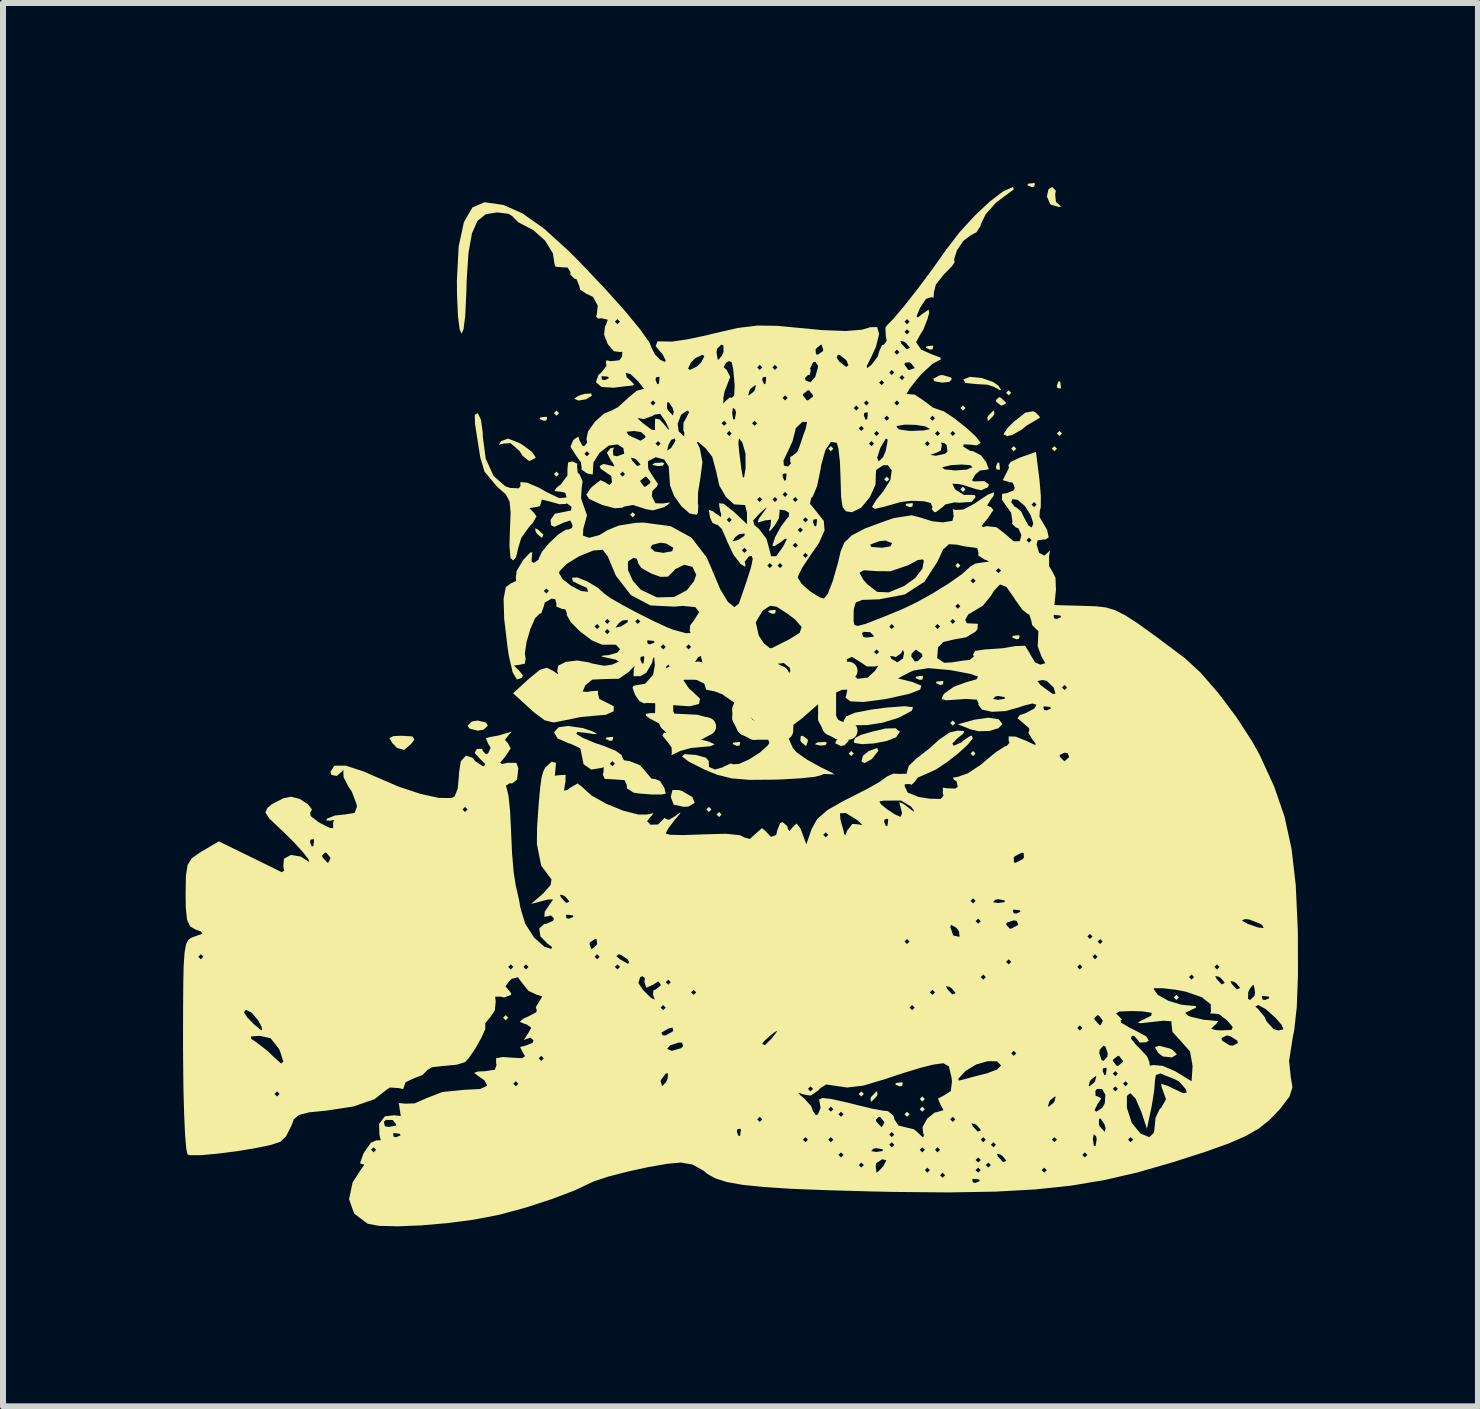
<source format=kicad_pcb>
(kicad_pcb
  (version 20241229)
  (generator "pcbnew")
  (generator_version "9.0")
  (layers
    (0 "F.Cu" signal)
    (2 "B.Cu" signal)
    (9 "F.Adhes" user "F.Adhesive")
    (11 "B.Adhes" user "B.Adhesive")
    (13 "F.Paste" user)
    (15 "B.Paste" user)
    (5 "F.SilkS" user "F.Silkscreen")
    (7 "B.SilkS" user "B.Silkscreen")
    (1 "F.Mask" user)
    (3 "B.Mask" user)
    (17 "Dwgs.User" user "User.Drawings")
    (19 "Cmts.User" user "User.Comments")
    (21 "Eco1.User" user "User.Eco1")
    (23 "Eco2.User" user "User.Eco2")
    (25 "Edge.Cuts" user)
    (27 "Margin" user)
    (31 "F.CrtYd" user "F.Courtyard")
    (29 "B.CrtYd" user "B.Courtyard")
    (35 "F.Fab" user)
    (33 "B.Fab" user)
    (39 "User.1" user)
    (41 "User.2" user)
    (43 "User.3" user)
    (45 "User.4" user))
  (footprint "cat"
    (layer "F.Cu")
    (at 9.483 8.449)
    (property "Reference" "cat" (at 0 0 0) (layer "F.SilkS") (effects (font (size 1.5 1.5) (thickness 0.3))))
    (attr board_only exclude_from_pos_files exclude_from_bom)
    (fp_poly (pts (xy -4.064 5.461) (xy -4.106 5.503) (xy -4.149 5.461) (xy -4.106 5.419)) (stroke (width 0) (type solid)) (fill yes) (layer "F.SilkS"))
    (fp_poly (pts (xy -3.217 -4.614) (xy -3.26 -4.572) (xy -3.302 -4.614) (xy -3.26 -4.657)) (stroke (width 0) (type solid)) (fill yes) (layer "F.SilkS"))
    (fp_poly (pts (xy -3.217 -3.598) (xy -3.26 -3.556) (xy -3.302 -3.598) (xy -3.26 -3.641)) (stroke (width 0) (type solid)) (fill yes) (layer "F.SilkS"))
    (fp_poly (pts (xy -1.947 -2.921) (xy -1.99 -2.879) (xy -2.032 -2.921) (xy -1.99 -2.963)) (stroke (width 0) (type solid)) (fill yes) (layer "F.SilkS"))
    (fp_poly (pts (xy -0.677 1.99) (xy -0.72 2.032) (xy -0.762 1.99) (xy -0.72 1.947)) (stroke (width 0) (type solid)) (fill yes) (layer "F.SilkS"))
    (fp_poly (pts (xy -0.508 2.074) (xy -0.55 2.117) (xy -0.593 2.074) (xy -0.55 2.032)) (stroke (width 0) (type solid)) (fill yes) (layer "F.SilkS"))
    (fp_poly (pts (xy 1.355 -4.022) (xy 1.312 -3.979) (xy 1.27 -4.022) (xy 1.312 -4.064)) (stroke (width 0) (type solid)) (fill yes) (layer "F.SilkS"))
    (fp_poly (pts (xy 1.693 1.058) (xy 1.651 1.101) (xy 1.609 1.058) (xy 1.651 1.016)) (stroke (width 0) (type solid)) (fill yes) (layer "F.SilkS"))
    (fp_poly (pts (xy 1.863 6.731) (xy 1.82 6.773) (xy 1.778 6.731) (xy 1.82 6.689)) (stroke (width 0) (type solid)) (fill yes) (layer "F.SilkS"))
    (fp_poly (pts (xy 2.286 -3.514) (xy 2.244 -3.471) (xy 2.201 -3.514) (xy 2.244 -3.556)) (stroke (width 0) (type solid)) (fill yes) (layer "F.SilkS"))
    (fp_poly (pts (xy 2.625 7.07) (xy 2.582 7.112) (xy 2.54 7.07) (xy 2.582 7.027)) (stroke (width 0) (type solid)) (fill yes) (layer "F.SilkS"))
    (fp_poly (pts (xy 2.879 6.816) (xy 2.836 6.858) (xy 2.794 6.816) (xy 2.836 6.773)) (stroke (width 0) (type solid)) (fill yes) (layer "F.SilkS"))
    (fp_poly (pts (xy 2.879 6.985) (xy 2.836 7.027) (xy 2.794 6.985) (xy 2.836 6.943)) (stroke (width 0) (type solid)) (fill yes) (layer "F.SilkS"))
    (fp_poly (pts (xy 3.387 0.55) (xy 3.344 0.593) (xy 3.302 0.55) (xy 3.344 0.508)) (stroke (width 0) (type solid)) (fill yes) (layer "F.SilkS"))
    (fp_poly (pts (xy 3.471 -2.074) (xy 3.429 -2.032) (xy 3.387 -2.074) (xy 3.429 -2.117)) (stroke (width 0) (type solid)) (fill yes) (layer "F.SilkS"))
    (fp_poly (pts (xy 3.556 -4.699) (xy 3.514 -4.657) (xy 3.471 -4.699) (xy 3.514 -4.741)) (stroke (width 0) (type solid)) (fill yes) (layer "F.SilkS"))
    (fp_poly (pts (xy 3.556 -3.344) (xy 3.514 -3.302) (xy 3.471 -3.344) (xy 3.514 -3.387)) (stroke (width 0) (type solid)) (fill yes) (layer "F.SilkS"))
    (fp_poly (pts (xy 3.725 1.058) (xy 3.683 1.101) (xy 3.641 1.058) (xy 3.683 1.016)) (stroke (width 0) (type solid)) (fill yes) (layer "F.SilkS"))
    (fp_poly (pts (xy 4.318 -4.953) (xy 4.276 -4.911) (xy 4.233 -4.953) (xy 4.276 -4.995)) (stroke (width 0) (type solid)) (fill yes) (layer "F.SilkS"))
    (fp_poly (pts (xy 4.403 -4.022) (xy 4.36 -3.979) (xy 4.318 -4.022) (xy 4.36 -4.064)) (stroke (width 0) (type solid)) (fill yes) (layer "F.SilkS"))
    (fp_poly (pts (xy 5.08 -4.022) (xy 5.038 -3.979) (xy 4.995 -4.022) (xy 5.038 -4.064)) (stroke (width 0) (type solid)) (fill yes) (layer "F.SilkS"))
    (fp_poly (pts (xy 5.165 -4.276) (xy 5.122 -4.233) (xy 5.08 -4.276) (xy 5.122 -4.318)) (stroke (width 0) (type solid)) (fill yes) (layer "F.SilkS"))
    (fp_poly (pts (xy 7.112 5.122) (xy 7.07 5.165) (xy 7.027 5.122) (xy 7.07 5.08)) (stroke (width 0) (type solid)) (fill yes) (layer "F.SilkS"))
    (fp_poly (pts (xy -3.415 -4.544) (xy -3.427 -4.493) (xy -3.471 -4.487) (xy -3.541 -4.518) (xy -3.528 -4.544) (xy -3.427 -4.554)) (stroke (width 0) (type solid)) (fill yes) (layer "F.SilkS"))
    (fp_poly (pts (xy -2.314 0.79) (xy -2.326 0.841) (xy -2.371 0.847) (xy -2.44 0.816) (xy -2.427 0.79) (xy -2.327 0.78)) (stroke (width 0) (type solid)) (fill yes) (layer "F.SilkS"))
    (fp_poly (pts (xy -1.462 -3.776) (xy -1.488 -3.738) (xy -1.573 -3.732) (xy -1.664 -3.753) (xy -1.625 -3.783) (xy -1.492 -3.793)) (stroke (width 0) (type solid)) (fill yes) (layer "F.SilkS"))
    (fp_poly (pts (xy -0.198 0.875) (xy -0.209 0.925) (xy -0.254 0.931) (xy -0.324 0.9) (xy -0.31 0.875) (xy -0.21 0.865)) (stroke (width 0) (type solid)) (fill yes) (layer "F.SilkS"))
    (fp_poly (pts (xy 0.395 -1.326) (xy 0.383 -1.276) (xy 0.339 -1.27) (xy 0.269 -1.301) (xy 0.282 -1.326) (xy 0.383 -1.337)) (stroke (width 0) (type solid)) (fill yes) (layer "F.SilkS"))
    (fp_poly (pts (xy 1.247 0.88) (xy 1.222 0.919) (xy 1.136 0.925) (xy 1.046 0.904) (xy 1.085 0.873) (xy 1.217 0.863)) (stroke (width 0) (type solid)) (fill yes) (layer "F.SilkS"))
    (fp_poly (pts (xy 2.512 6.548) (xy 2.5 6.598) (xy 2.455 6.604) (xy 2.386 6.573) (xy 2.399 6.548) (xy 2.499 6.537)) (stroke (width 0) (type solid)) (fill yes) (layer "F.SilkS"))
    (fp_poly (pts (xy 2.681 -3.104) (xy 2.669 -3.054) (xy 2.625 -3.048) (xy 2.555 -3.079) (xy 2.568 -3.104) (xy 2.669 -3.115)) (stroke (width 0) (type solid)) (fill yes) (layer "F.SilkS"))
    (fp_poly (pts (xy 2.85 -0.226) (xy 2.839 -0.175) (xy 2.794 -0.169) (xy 2.724 -0.2) (xy 2.738 -0.226) (xy 2.838 -0.236)) (stroke (width 0) (type solid)) (fill yes) (layer "F.SilkS"))
    (fp_poly (pts (xy 3.02 -5.729) (xy 3.008 -5.679) (xy 2.963 -5.673) (xy 2.894 -5.704) (xy 2.907 -5.729) (xy 3.007 -5.739)) (stroke (width 0) (type solid)) (fill yes) (layer "F.SilkS"))
    (fp_poly (pts (xy 3.189 -0.141) (xy 3.177 -0.091) (xy 3.133 -0.085) (xy 3.063 -0.116) (xy 3.076 -0.141) (xy 3.177 -0.151)) (stroke (width 0) (type solid)) (fill yes) (layer "F.SilkS"))
    (fp_poly (pts (xy 4.12 -3.782) (xy 4.131 -3.681) (xy 4.12 -3.669) (xy 4.07 -3.681) (xy 4.064 -3.725) (xy 4.095 -3.795)) (stroke (width 0) (type solid)) (fill yes) (layer "F.SilkS"))
    (fp_poly (pts (xy 4.459 -0.903) (xy 4.447 -0.853) (xy 4.403 -0.847) (xy 4.333 -0.878) (xy 4.346 -0.903) (xy 4.447 -0.913)) (stroke (width 0) (type solid)) (fill yes) (layer "F.SilkS"))
    (fp_poly (pts (xy 4.713 -8.438) (xy 4.701 -8.388) (xy 4.657 -8.382) (xy 4.587 -8.413) (xy 4.6 -8.438) (xy 4.701 -8.449)) (stroke (width 0) (type solid)) (fill yes) (layer "F.SilkS"))
    (fp_poly (pts (xy 5.136 -5.136) (xy 5.147 -5.036) (xy 5.136 -5.024) (xy 5.086 -5.035) (xy 5.08 -5.08) (xy 5.111 -5.15)) (stroke (width 0) (type solid)) (fill yes) (layer "F.SilkS"))
    (fp_poly (pts (xy -3.569 -2.675) (xy -3.478 -2.59) (xy -3.497 -2.541) (xy -3.509 -2.54) (xy -3.58 -2.6) (xy -3.606 -2.638) (xy -3.616 -2.696)) (stroke (width 0) (type solid)) (fill yes) (layer "F.SilkS"))
    (fp_poly (pts (xy 2.102 1.017) (xy 1.995 1.15) (xy 1.875 1.217) (xy 1.823 1.19) (xy 1.848 1.094) (xy 1.945 1.017) (xy 2.087 0.965)) (stroke (width 0) (type solid)) (fill yes) (layer "F.SilkS"))
    (fp_poly (pts (xy -4.434 0.543) (xy -4.403 0.593) (xy -4.474 0.661) (xy -4.572 0.677) (xy -4.71 0.642) (xy -4.741 0.593) (xy -4.67 0.524) (xy -4.572 0.508)) (stroke (width 0) (type solid)) (fill yes) (layer "F.SilkS"))
    (fp_poly (pts (xy -2.672 -4.903) (xy -2.765 -4.845) (xy -2.892 -4.824) (xy -2.963 -4.854) (xy -2.963 -4.858) (xy -2.894 -4.903) (xy -2.794 -4.935) (xy -2.679 -4.941)) (stroke (width 0) (type solid)) (fill yes) (layer "F.SilkS"))
    (fp_poly (pts (xy 0.928 0.823) (xy 0.931 0.847) (xy 0.902 0.929) (xy 0.894 0.931) (xy 0.822 0.872) (xy 0.804 0.847) (xy 0.811 0.769) (xy 0.842 0.762)) (stroke (width 0) (type solid)) (fill yes) (layer "F.SilkS"))
    (fp_poly (pts (xy 1.606 0.827) (xy 1.609 0.847) (xy 1.54 0.921) (xy 1.477 0.931) (xy 1.389 0.89) (xy 1.397 0.847) (xy 1.505 0.765) (xy 1.529 0.762)) (stroke (width 0) (type solid)) (fill yes) (layer "F.SilkS"))
    (fp_poly (pts (xy 2.09 6.743) (xy 2.074 6.773) (xy 1.995 6.854) (xy 1.98 6.858) (xy 1.974 6.803) (xy 1.99 6.773) (xy 2.069 6.692) (xy 2.084 6.689)) (stroke (width 0) (type solid)) (fill yes) (layer "F.SilkS"))
    (fp_poly (pts (xy 3.308 -5.21) (xy 3.331 -5.186) (xy 3.292 -5.137) (xy 3.175 -5.122) (xy 3.04 -5.145) (xy 3.019 -5.186) (xy 3.128 -5.245) (xy 3.175 -5.249)) (stroke (width 0) (type solid)) (fill yes) (layer "F.SilkS"))
    (fp_poly (pts (xy 4.037 -4.602) (xy 4.022 -4.572) (xy 3.942 -4.491) (xy 3.927 -4.487) (xy 3.921 -4.542) (xy 3.937 -4.572) (xy 4.017 -4.653) (xy 4.032 -4.657)) (stroke (width 0) (type solid)) (fill yes) (layer "F.SilkS"))
    (fp_poly (pts (xy 4.149 -4.868) (xy 4.229 -4.792) (xy 4.233 -4.779) (xy 4.168 -4.742) (xy 4.149 -4.741) (xy 4.067 -4.806) (xy 4.064 -4.831) (xy 4.116 -4.882)) (stroke (width 0) (type solid)) (fill yes) (layer "F.SilkS"))
    (fp_poly (pts (xy 6.959 5.973) (xy 7.013 6.001) (xy 7.079 6.071) (xy 6.998 6.122) (xy 6.843 6.106) (xy 6.769 6.049) (xy 6.713 5.951) (xy 6.784 5.928)) (stroke (width 0) (type solid)) (fill yes) (layer "F.SilkS"))
    (fp_poly (pts (xy -5.661 0.773) (xy -5.627 0.822) (xy -5.673 0.889) (xy -5.8 1) (xy -5.916 0.965) (xy -5.994 0.886) (xy -6.044 0.801) (xy -5.973 0.767) (xy -5.835 0.762)) (stroke (width 0) (type solid)) (fill yes) (layer "F.SilkS"))
    (fp_poly (pts (xy -1.211 1.668) (xy -1.169 1.683) (xy -0.995 1.783) (xy -0.957 1.88) (xy -1.058 1.941) (xy -1.136 1.947) (xy -1.306 1.91) (xy -1.355 1.781) (xy -1.326 1.665)) (stroke (width 0) (type solid)) (fill yes) (layer "F.SilkS"))
    (fp_poly (pts (xy 4.11 0.488) (xy 4.113 0.49) (xy 4.172 0.567) (xy 4.106 0.636) (xy 3.959 0.681) (xy 3.777 0.687) (xy 3.641 0.655) (xy 3.429 0.571) (xy 3.706 0.494) (xy 3.938 0.461)) (stroke (width 0) (type solid)) (fill yes) (layer "F.SilkS"))
    (fp_poly (pts (xy 5.062 -8.321) (xy 5.051 -8.26) (xy 5.064 -8.132) (xy 5.106 -8.098) (xy 5.151 -8.058) (xy 5.115 -8.05) (xy 4.98 -8.089) (xy 4.967 -8.1) (xy 4.912 -8.227) (xy 4.941 -8.348) (xy 5.004 -8.382)) (stroke (width 0) (type solid)) (fill yes) (layer "F.SilkS"))
    (fp_poly (pts (xy 4.729 -4.622) (xy 4.802 -4.544) (xy 4.731 -4.498) (xy 4.574 -4.407) (xy 4.504 -4.347) (xy 4.335 -4.249) (xy 4.25 -4.233) (xy 4.189 -4.262) (xy 4.252 -4.362) (xy 4.362 -4.471) (xy 4.553 -4.622) (xy 4.685 -4.646)) (stroke (width 0) (type solid)) (fill yes) (layer "F.SilkS"))
    (fp_poly (pts (xy -3.887 -4.121) (xy -3.822 -4.083) (xy -3.664 -3.966) (xy -3.607 -3.878) (xy -3.613 -3.866) (xy -3.715 -3.815) (xy -3.821 -3.9) (xy -3.879 -3.986) (xy -4.024 -4.114) (xy -4.133 -4.108) (xy -4.223 -4.088) (xy -4.181 -4.149) (xy -4.068 -4.19)) (stroke (width 0) (type solid)) (fill yes) (layer "F.SilkS"))
    (fp_poly (pts (xy 2.463 0.695) (xy 2.404 0.783) (xy 2.391 0.792) (xy 2.236 0.851) (xy 2.028 0.89) (xy 1.831 0.902) (xy 1.708 0.882) (xy 1.693 0.862) (xy 1.717 0.8) (xy 1.811 0.748) (xy 2.013 0.69) (xy 2.223 0.641) (xy 2.391 0.637)) (stroke (width 0) (type solid)) (fill yes) (layer "F.SilkS"))
    (fp_poly (pts (xy 3.822 -5.201) (xy 4.013 -5.135) (xy 4.102 -5.074) (xy 4.149 -5.003) (xy 4.137 -4.995) (xy 4.043 -5.045) (xy 4.037 -5.051) (xy 3.921 -5.088) (xy 3.725 -5.099) (xy 3.555 -5.117) (xy 3.52 -5.176) (xy 3.521 -5.177) (xy 3.633 -5.219)) (stroke (width 0) (type solid)) (fill yes) (layer "F.SilkS"))
    (fp_poly (pts (xy -1.518 0.385) (xy -1.211 0.397) (xy -0.91 0.412) (xy -0.727 0.462) (xy -0.677 0.55) (xy -0.752 0.643) (xy -0.976 0.664) (xy -1.352 0.615) (xy -1.352 0.615) (xy -1.579 0.542) (xy -1.708 0.473) (xy -1.768 0.427) (xy -1.773 0.398) (xy -1.698 0.385)) (stroke (width 0) (type solid)) (fill yes) (layer "F.SilkS"))
    (fp_poly (pts (xy 2.683 0.287) (xy 2.661 0.346) (xy 2.476 0.444) (xy 2.416 0.47) (xy 2.176 0.544) (xy 1.917 0.584) (xy 1.69 0.588) (xy 1.548 0.554) (xy 1.524 0.517) (xy 1.568 0.439) (xy 1.715 0.378) (xy 1.991 0.325) (xy 2.238 0.293) (xy 2.542 0.269)) (stroke (width 0) (type solid)) (fill yes) (layer "F.SilkS"))
    (fp_poly (pts (xy -1.319 0.72) (xy -1.026 0.782) (xy -0.966 0.796) (xy -0.714 0.862) (xy -0.624 0.906) (xy -0.697 0.936) (xy -0.937 0.959) (xy -1.016 0.965) (xy -1.2 1.016) (xy -1.27 1.051) (xy -1.348 1.086) (xy -1.338 1.062) (xy -1.341 0.958) (xy -1.405 0.869) (xy -1.493 0.761) (xy -1.47 0.712)) (stroke (width 0) (type solid)) (fill yes) (layer "F.SilkS"))
    (fp_poly (pts (xy -2.826 0.633) (xy -2.667 0.685) (xy -2.582 0.733) (xy -2.644 0.734) (xy -2.752 0.715) (xy -2.91 0.698) (xy -2.929 0.73) (xy -2.827 0.795) (xy -2.622 0.881) (xy -2.479 0.929) (xy -2.275 1.011) (xy -2.17 1.087) (xy -2.167 1.113) (xy -2.135 1.171) (xy -2.04 1.185) (xy -1.867 1.254) (xy -1.777 1.357) (xy -1.679 1.474) (xy -1.613 1.485) (xy -1.536 1.515) (xy -1.461 1.631) (xy -1.439 1.726) (xy -1.512 1.741) (xy -1.68 1.74) (xy -1.874 1.725) (xy -1.975 1.71) (xy -2.085 1.639) (xy -2.09 1.576) (xy -2.126 1.501) (xy -2.289 1.49) (xy -2.455 1.481) (xy -2.488 1.409) (xy -2.477 1.374) (xy -2.471 1.286) (xy -2.518 1.299) (xy -2.681 1.325) (xy -2.808 1.237) (xy -2.81 1.228) (xy -2.371 1.228) (xy -2.328 1.27) (xy -2.286 1.228) (xy -2.328 1.185) (xy -2.371 1.228) (xy -2.81 1.228) (xy -2.836 1.099) (xy -2.863 0.971) (xy -3.025 0.895) (xy -3.054 0.888) (xy -3.243 0.806) (xy -3.3 0.703) (xy -3.224 0.62) (xy -3.069 0.599)) (stroke (width 0) (type solid)) (fill yes) (layer "F.SilkS"))
    (fp_poly (pts (xy 4.363 -8.345) (xy 4.276 -8.28) (xy 4.064 -8.122) (xy 3.893 -7.929) (xy 3.811 -7.759) (xy 3.81 -7.74) (xy 3.74 -7.629) (xy 3.645 -7.579) (xy 3.521 -7.485) (xy 3.413 -7.325) (xy 3.366 -7.175) (xy 3.376 -7.131) (xy 3.332 -7.064) (xy 3.204 -6.933) (xy 3.19 -6.919) (xy 3.062 -6.756) (xy 3.028 -6.619) (xy 3.03 -6.613) (xy 3.023 -6.537) (xy 2.987 -6.547) (xy 2.898 -6.518) (xy 2.802 -6.375) (xy 2.74 -6.227) (xy 2.762 -6.208) (xy 2.844 -6.272) (xy 2.942 -6.341) (xy 2.952 -6.287) (xy 2.922 -6.18) (xy 2.854 -6.006) (xy 2.804 -5.927) (xy 2.733 -5.797) (xy 2.816 -5.674) (xy 2.985 -5.598) (xy 3.133 -5.543) (xy 3.15 -5.508) (xy 3.133 -5.505) (xy 3.006 -5.435) (xy 2.832 -5.275) (xy 2.752 -5.184) (xy 2.623 -5.019) (xy 2.574 -4.934) (xy 2.591 -4.933) (xy 2.712 -4.922) (xy 2.864 -4.821) (xy 3.011 -4.708) (xy 3.102 -4.676) (xy 3.199 -4.642) (xy 3.368 -4.53) (xy 3.558 -4.38) (xy 3.72 -4.234) (xy 3.803 -4.129) (xy 3.806 -4.118) (xy 3.742 -4.077) (xy 3.641 -4.089) (xy 3.526 -4.094) (xy 3.519 -4.056) (xy 3.636 -3.985) (xy 3.685 -3.979) (xy 3.814 -3.912) (xy 3.9 -3.8) (xy 3.944 -3.684) (xy 3.913 -3.672) (xy 3.799 -3.659) (xy 3.721 -3.593) (xy 3.665 -3.495) (xy 3.69 -3.477) (xy 3.87 -3.482) (xy 3.946 -3.425) (xy 3.933 -3.381) (xy 3.819 -3.33) (xy 3.738 -3.346) (xy 3.528 -3.413) (xy 3.443 -3.433) (xy 3.338 -3.438) (xy 3.374 -3.36) (xy 3.393 -3.337) (xy 3.531 -3.251) (xy 3.612 -3.253) (xy 3.712 -3.248) (xy 3.725 -3.215) (xy 3.66 -3.136) (xy 3.453 -3.121) (xy 3.373 -3.127) (xy 3.221 -3.093) (xy 3.178 -3.052) (xy 3.066 -2.967) (xy 3.038 -2.963) (xy 2.992 -3.015) (xy 3.006 -3.048) (xy 2.977 -3.117) (xy 2.862 -3.146) (xy 2.651 -3.154) (xy 2.479 -3.133) (xy 2.253 -3.07) (xy 2.221 -3.06) (xy 2.047 -3.018) (xy 1.998 -3.049) (xy 2.071 -3.171) (xy 2.19 -3.316) (xy 2.305 -3.503) (xy 2.328 -3.662) (xy 2.295 -3.704) (xy 3.168 -3.704) (xy 3.213 -3.676) (xy 3.375 -3.66) (xy 3.384 -3.659) (xy 3.576 -3.673) (xy 3.676 -3.714) (xy 3.632 -3.748) (xy 3.489 -3.758) (xy 3.319 -3.748) (xy 3.189 -3.718) (xy 3.168 -3.704) (xy 2.295 -3.704) (xy 2.261 -3.747) (xy 2.182 -3.745) (xy 2.068 -3.668) (xy 2.062 -3.601) (xy 2.057 -3.423) (xy 1.962 -3.214) (xy 1.818 -3.039) (xy 1.665 -2.963) (xy 1.662 -2.963) (xy 1.564 -2.979) (xy 1.509 -3.049) (xy 1.484 -3.213) (xy 1.475 -3.508) (xy 1.475 -3.513) (xy 1.464 -3.805) (xy 1.456 -3.87) (xy 2.085 -3.87) (xy 2.109 -3.81) (xy 2.184 -3.881) (xy 2.2 -3.921) (xy 2.97 -3.921) (xy 3.033 -3.907) (xy 3.064 -3.904) (xy 3.214 -3.937) (xy 3.256 -3.973) (xy 3.243 -4.081) (xy 3.206 -4.114) (xy 3.146 -4.125) (xy 3.163 -4.083) (xy 3.144 -3.991) (xy 3.07 -3.953) (xy 2.97 -3.921) (xy 2.2 -3.921) (xy 2.23 -3.997) (xy 2.25 -4.106) (xy 2.879 -4.106) (xy 2.921 -4.064) (xy 2.963 -4.106) (xy 2.921 -4.149) (xy 2.879 -4.106) (xy 2.25 -4.106) (xy 2.261 -4.172) (xy 2.229 -4.192) (xy 2.147 -4.053) (xy 2.132 -4.022) (xy 2.085 -3.87) (xy 1.456 -3.87) (xy 1.439 -4.025) (xy 1.415 -4.106) (xy 1.947 -4.106) (xy 1.99 -4.064) (xy 2.032 -4.106) (xy 1.99 -4.149) (xy 1.947 -4.106) (xy 1.415 -4.106) (xy 1.41 -4.121) (xy 1.314 -4.135) (xy 1.223 -4.003) (xy 1.151 -3.746) (xy 1.133 -3.636) (xy 1.082 -3.395) (xy 1.014 -3.23) (xy 0.986 -3.2) (xy 0.964 -3.106) (xy 1.078 -2.967) (xy 1.195 -2.818) (xy 1.208 -2.659) (xy 1.113 -2.448) (xy 0.961 -2.228) (xy 0.833 -2.035) (xy 0.765 -1.894) (xy 0.762 -1.873) (xy 0.825 -1.77) (xy 0.969 -1.643) (xy 1.125 -1.545) (xy 1.198 -1.524) (xy 1.261 -1.602) (xy 1.344 -1.813) (xy 1.383 -1.953) (xy 1.79 -1.953) (xy 1.856 -1.835) (xy 1.918 -1.764) (xy 2.085 -1.636) (xy 2.276 -1.627) (xy 2.534 -1.733) (xy 2.719 -1.867) (xy 2.839 -2.023) (xy 2.862 -2.153) (xy 2.846 -2.178) (xy 2.757 -2.164) (xy 2.601 -2.079) (xy 2.306 -1.979) (xy 2.086 -1.981) (xy 1.862 -1.996) (xy 1.79 -1.953) (xy 1.383 -1.953) (xy 1.433 -2.125) (xy 1.476 -2.31) (xy 1.523 -2.424) (xy 1.968 -2.424) (xy 1.985 -2.385) (xy 2.164 -2.371) (xy 2.164 -2.371) (xy 2.307 -2.395) (xy 2.333 -2.447) (xy 2.224 -2.491) (xy 2.117 -2.48) (xy 1.968 -2.424) (xy 1.523 -2.424) (xy 1.536 -2.456) (xy 1.663 -2.578) (xy 1.886 -2.694) (xy 2.236 -2.823) (xy 2.361 -2.865) (xy 2.659 -2.912) (xy 2.8 -2.876) (xy 3.003 -2.812) (xy 3.178 -2.794) (xy 3.338 -2.819) (xy 3.361 -2.906) (xy 3.354 -2.925) (xy 3.348 -3.013) (xy 3.396 -3) (xy 3.518 -3.008) (xy 3.699 -3.101) (xy 3.73 -3.123) (xy 3.931 -3.257) (xy 4.035 -3.296) (xy 4.025 -3.236) (xy 3.979 -3.175) (xy 3.917 -3.074) (xy 3.981 -3.048) (xy 3.982 -3.048) (xy 4.022 -3) (xy 3.929 -2.864) (xy 3.83 -2.741) (xy 3.847 -2.713) (xy 3.908 -2.732) (xy 4.075 -2.712) (xy 4.196 -2.619) (xy 4.36 -2.479) (xy 4.461 -2.48) (xy 4.466 -2.498) (xy 4.572 -2.498) (xy 4.614 -2.455) (xy 4.657 -2.498) (xy 4.614 -2.54) (xy 4.572 -2.498) (xy 4.466 -2.498) (xy 4.487 -2.582) (xy 4.438 -2.695) (xy 4.396 -2.709) (xy 4.333 -2.77) (xy 4.339 -2.814) (xy 4.316 -2.956) (xy 4.261 -3.032) (xy 4.193 -3.13) (xy 4.318 -3.13) (xy 4.38 -3.05) (xy 4.397 -3.048) (xy 4.483 -2.978) (xy 4.53 -2.879) (xy 4.605 -2.742) (xy 4.661 -2.709) (xy 4.687 -2.774) (xy 4.643 -2.916) (xy 4.542 -3.071) (xy 4.519 -3.09) (xy 4.657 -3.09) (xy 4.699 -3.048) (xy 4.741 -3.09) (xy 4.699 -3.133) (xy 4.657 -3.09) (xy 4.519 -3.09) (xy 4.425 -3.17) (xy 4.338 -3.182) (xy 4.318 -3.13) (xy 4.193 -3.13) (xy 4.163 -3.173) (xy 4.167 -3.269) (xy 4.244 -3.281) (xy 4.355 -3.326) (xy 4.378 -3.365) (xy 4.345 -3.454) (xy 4.272 -3.471) (xy 4.178 -3.498) (xy 4.222 -3.585) (xy 4.281 -3.704) (xy 4.271 -3.745) (xy 4.308 -3.8) (xy 4.46 -3.872) (xy 4.478 -3.879) (xy 4.731 -3.967) (xy 4.789 -3.504) (xy 4.812 -3.239) (xy 4.811 -3.048) (xy 4.795 -2.988) (xy 4.789 -2.886) (xy 4.814 -2.844) (xy 4.917 -2.669) (xy 4.943 -2.542) (xy 4.882 -2.505) (xy 4.864 -2.511) (xy 4.758 -2.493) (xy 4.741 -2.427) (xy 4.783 -2.285) (xy 4.872 -2.24) (xy 4.945 -2.307) (xy 4.966 -2.324) (xy 4.949 -2.23) (xy 4.95 -2.061) (xy 4.997 -1.988) (xy 5.056 -1.871) (xy 5.064 -1.673) (xy 5.038 -1.416) (xy 5.546 -1.402) (xy 5.74 -1.395) (xy 5.899 -1.376) (xy 6.049 -1.331) (xy 6.218 -1.246) (xy 6.434 -1.106) (xy 6.725 -0.896) (xy 7.118 -0.602) (xy 7.212 -0.531) (xy 7.473 -0.291) (xy 7.772 0.053) (xy 8.072 0.453) (xy 8.336 0.86) (xy 8.463 1.09) (xy 8.701 1.61) (xy 8.874 2.113) (xy 8.99 2.646) (xy 9.06 3.251) (xy 9.093 3.975) (xy 9.095 4.064) (xy 9.097 4.745) (xy 9.077 5.282) (xy 9.035 5.666) (xy 9.011 5.782) (xy 8.949 6.18) (xy 8.976 6.441) (xy 9.005 6.62) (xy 8.955 6.776) (xy 8.803 6.975) (xy 8.788 6.992) (xy 8.623 7.164) (xy 8.445 7.307) (xy 8.225 7.433) (xy 7.933 7.56) (xy 7.539 7.7) (xy 7.012 7.869) (xy 6.988 7.876) (xy 6.427 8.038) (xy 5.882 8.164) (xy 5.324 8.258) (xy 4.723 8.322) (xy 4.052 8.359) (xy 3.28 8.372) (xy 2.38 8.364) (xy 2.005 8.356) (xy 1.257 8.335) (xy 0.659 8.312) (xy 0.192 8.282) (xy -0.163 8.245) (xy -0.424 8.198) (xy -0.556 8.156) (xy 3.669 8.156) (xy 3.681 8.207) (xy 3.725 8.213) (xy 3.795 8.182) (xy 3.782 8.156) (xy 3.681 8.146) (xy 3.669 8.156) (xy -0.556 8.156) (xy -0.612 8.138) (xy -0.706 8.086) (xy 3.133 8.086) (xy 3.175 8.128) (xy 3.217 8.086) (xy 3.175 8.043) (xy 3.133 8.086) (xy -0.706 8.086) (xy -0.745 8.064) (xy -0.807 8.011) (xy -0.977 7.916) (xy 1.778 7.916) (xy 1.82 7.959) (xy 1.849 7.93) (xy 2.06 7.93) (xy 2.071 8.034) (xy 2.078 8.043) (xy 2.125 8.001) (xy 2.879 8.001) (xy 2.921 8.043) (xy 2.963 8.001) (xy 3.725 8.001) (xy 3.768 8.043) (xy 3.81 8.001) (xy 4.826 8.001) (xy 4.868 8.043) (xy 4.911 8.001) (xy 4.868 7.959) (xy 4.826 8.001) (xy 3.81 8.001) (xy 3.768 7.959) (xy 3.725 8.001) (xy 2.963 8.001) (xy 2.921 7.959) (xy 2.879 8.001) (xy 2.125 8.001) (xy 2.139 7.988) (xy 2.19 7.93) (xy 2.197 7.916) (xy 3.895 7.916) (xy 3.937 7.959) (xy 3.979 7.916) (xy 3.937 7.874) (xy 3.895 7.916) (xy 2.197 7.916) (xy 2.237 7.837) (xy 2.218 7.832) (xy 3.725 7.832) (xy 3.768 7.874) (xy 3.81 7.832) (xy 3.768 7.789) (xy 3.725 7.832) (xy 2.218 7.832) (xy 2.172 7.818) (xy 2.07 7.884) (xy 2.06 7.93) (xy 1.849 7.93) (xy 1.863 7.916) (xy 1.82 7.874) (xy 1.778 7.916) (xy -0.977 7.916) (xy -0.992 7.908) (xy -1.186 7.874) (xy -1.414 7.895) (xy -1.73 7.95) (xy -2.078 8.026) (xy -2.399 8.109) (xy -2.634 8.187) (xy -2.695 8.215) (xy -2.964 8.342) (xy -3.341 8.484) (xy -3.766 8.623) (xy -4.182 8.736) (xy -4.251 8.752) (xy -4.639 8.826) (xy -5.072 8.883) (xy -5.509 8.921) (xy -5.905 8.937) (xy -6.219 8.929) (xy -6.406 8.894) (xy -6.632 8.724) (xy -6.716 8.484) (xy -6.657 8.205) (xy -6.529 8.008) (xy -6.461 7.908) (xy -6.492 7.903) (xy -6.533 7.886) (xy -6.484 7.747) (xy 1.439 7.747) (xy 1.482 7.789) (xy 1.524 7.747) (xy 1.506 7.729) (xy 4.078 7.729) (xy 4.098 7.776) (xy 4.183 7.867) (xy 4.233 7.848) (xy 4.233 7.837) (xy 4.173 7.765) (xy 4.147 7.747) (xy 5.503 7.747) (xy 5.546 7.789) (xy 5.588 7.747) (xy 5.546 7.705) (xy 5.503 7.747) (xy 4.147 7.747) (xy 4.136 7.739) (xy 4.078 7.729) (xy 1.506 7.729) (xy 1.482 7.705) (xy 1.439 7.747) (xy -6.484 7.747) (xy -6.482 7.74) (xy -6.465 7.705) (xy -6.435 7.662) (xy -6.35 7.662) (xy -6.308 7.705) (xy -6.287 7.684) (xy 1.984 7.684) (xy 2.067 7.698) (xy 2.177 7.682) (xy 2.178 7.662) (xy 2.794 7.662) (xy 2.836 7.705) (xy 2.879 7.662) (xy 3.048 7.662) (xy 3.09 7.705) (xy 3.133 7.662) (xy 3.09 7.62) (xy 3.048 7.662) (xy 2.879 7.662) (xy 2.836 7.62) (xy 2.794 7.662) (xy 2.178 7.662) (xy 2.178 7.654) (xy 2.065 7.633) (xy 2.016 7.647) (xy 1.984 7.684) (xy -6.287 7.684) (xy -6.265 7.662) (xy -6.308 7.62) (xy -6.35 7.662) (xy -6.435 7.662) (xy -6.376 7.578) (xy 2.286 7.578) (xy 2.328 7.62) (xy 2.371 7.578) (xy 3.979 7.578) (xy 4.022 7.62) (xy 4.064 7.578) (xy 4.022 7.535) (xy 3.979 7.578) (xy 2.371 7.578) (xy 2.328 7.535) (xy 2.286 7.578) (xy -6.376 7.578) (xy -6.353 7.544) (xy -6.253 7.502) (xy -6.244 7.506) (xy -6.189 7.502) (xy -6.191 7.493) (xy 0.847 7.493) (xy 0.889 7.535) (xy 0.931 7.493) (xy 1.27 7.493) (xy 1.312 7.535) (xy 1.355 7.493) (xy 3.81 7.493) (xy 3.852 7.535) (xy 3.895 7.493) (xy 4.995 7.493) (xy 5.038 7.535) (xy 5.08 7.493) (xy 5.073 7.486) (xy 5.679 7.486) (xy 5.695 7.596) (xy 5.724 7.597) (xy 5.742 7.493) (xy 6.265 7.493) (xy 6.308 7.535) (xy 6.35 7.493) (xy 6.308 7.451) (xy 6.265 7.493) (xy 5.742 7.493) (xy 5.744 7.484) (xy 5.731 7.435) (xy 5.693 7.403) (xy 5.679 7.486) (xy 5.073 7.486) (xy 5.038 7.451) (xy 4.995 7.493) (xy 3.895 7.493) (xy 3.852 7.451) (xy 3.81 7.493) (xy 1.355 7.493) (xy 1.312 7.451) (xy 1.27 7.493) (xy 0.931 7.493) (xy 0.889 7.451) (xy 0.847 7.493) (xy -6.191 7.493) (xy -6.21 7.411) (xy -6.211 7.394) (xy -5.983 7.394) (xy -5.971 7.445) (xy -5.927 7.451) (xy -5.857 7.42) (xy -5.87 7.394) (xy -5.971 7.384) (xy -5.983 7.394) (xy -6.211 7.394) (xy -6.211 7.366) (xy -0.254 7.366) (xy -0.223 7.436) (xy -0.198 7.422) (xy -0.196 7.408) (xy 2.286 7.408) (xy 2.328 7.451) (xy 2.371 7.408) (xy 2.328 7.366) (xy 2.286 7.408) (xy -0.196 7.408) (xy -0.187 7.322) (xy -0.198 7.31) (xy -0.248 7.321) (xy -0.254 7.366) (xy -6.211 7.366) (xy -6.216 7.23) (xy -6.188 7.195) (xy -6.137 7.195) (xy -6.119 7.269) (xy -6.059 7.281) (xy -5.943 7.262) (xy -5.927 7.244) (xy -5.989 7.165) (xy -6.1 7.163) (xy -6.137 7.195) (xy -6.188 7.195) (xy -6.157 7.154) (xy 0.085 7.154) (xy 0.127 7.197) (xy 0.16 7.164) (xy 2.061 7.164) (xy 2.074 7.197) (xy 2.15 7.277) (xy 2.164 7.281) (xy 2.2 7.216) (xy 2.201 7.197) (xy 2.136 7.115) (xy 2.112 7.112) (xy 2.061 7.164) (xy 0.16 7.164) (xy 0.169 7.154) (xy 0.127 7.112) (xy 0.085 7.154) (xy -6.157 7.154) (xy -6.117 7.103) (xy -5.959 7.086) (xy -5.948 7.089) (xy -5.854 7.098) (xy -5.871 6.99) (xy -5.887 6.882) (xy -5.79 6.892) (xy -5.789 6.893) (xy -5.623 6.888) (xy -5.428 6.802) (xy -5.192 6.711) (xy 0.77 6.711) (xy 0.802 6.752) (xy 0.868 6.804) (xy 0.987 6.938) (xy 1.016 7.02) (xy 1.065 7.083) (xy 1.097 7.072) (xy 1.098 7.07) (xy 1.439 7.07) (xy 1.482 7.112) (xy 1.524 7.07) (xy 1.482 7.027) (xy 1.439 7.07) (xy 1.098 7.07) (xy 1.133 6.985) (xy 1.27 6.985) (xy 1.312 7.027) (xy 1.355 6.985) (xy 1.312 6.943) (xy 1.27 6.985) (xy 1.133 6.985) (xy 1.142 6.962) (xy 1.129 6.893) (xy 1.118 6.824) (xy 1.173 6.798) (xy 1.322 6.815) (xy 1.594 6.876) (xy 1.757 6.917) (xy 2.006 6.977) (xy 2.172 7.007) (xy 2.265 7.018) (xy 2.359 7.095) (xy 2.371 7.154) (xy 2.441 7.258) (xy 2.535 7.281) (xy 2.697 7.32) (xy 2.752 7.366) (xy 2.838 7.447) (xy 2.855 7.451) (xy 2.864 7.409) (xy 2.853 7.397) (xy 2.84 7.285) (xy 2.875 7.221) (xy 3.654 7.221) (xy 3.675 7.268) (xy 3.76 7.359) (xy 3.809 7.34) (xy 3.81 7.329) (xy 3.75 7.257) (xy 3.728 7.242) (xy 5.779 7.242) (xy 5.796 7.276) (xy 5.877 7.363) (xy 5.892 7.302) (xy 5.871 7.235) (xy 5.809 7.143) (xy 5.781 7.145) (xy 5.779 7.242) (xy 3.728 7.242) (xy 3.712 7.231) (xy 3.654 7.221) (xy 2.875 7.221) (xy 2.912 7.154) (xy 3.302 7.154) (xy 3.344 7.197) (xy 3.387 7.154) (xy 3.344 7.112) (xy 3.302 7.154) (xy 2.912 7.154) (xy 2.918 7.143) (xy 3.042 7.042) (xy 3.104 7.027) (xy 3.183 7.003) (xy 5.706 7.003) (xy 5.738 7.027) (xy 5.838 6.959) (xy 5.839 6.957) (xy 6.246 6.957) (xy 6.246 6.962) (xy 6.327 7.212) (xy 6.473 7.392) (xy 6.62 7.451) (xy 6.692 7.383) (xy 6.702 7.345) (xy 6.721 7.158) (xy 6.723 7.13) (xy 6.792 6.984) (xy 6.819 6.96) (xy 6.898 6.819) (xy 6.826 6.618) (xy 6.817 6.562) (xy 6.927 6.596) (xy 7.016 6.64) (xy 7.186 6.719) (xy 7.243 6.71) (xy 7.231 6.656) (xy 7.117 6.525) (xy 7.043 6.485) (xy 6.865 6.415) (xy 6.805 6.389) (xy 6.729 6.417) (xy 6.715 6.495) (xy 6.701 6.675) (xy 6.661 6.925) (xy 6.65 6.978) (xy 6.58 7.311) (xy 6.486 7.027) (xy 6.389 6.806) (xy 6.302 6.717) (xy 6.246 6.765) (xy 6.246 6.957) (xy 5.839 6.957) (xy 5.878 6.886) (xy 5.888 6.744) (xy 5.832 6.647) (xy 5.749 6.647) (xy 5.72 6.681) (xy 5.725 6.764) (xy 5.763 6.773) (xy 5.817 6.806) (xy 5.757 6.9) (xy 5.706 7.003) (xy 3.183 7.003) (xy 3.19 7.001) (xy 3.156 6.937) (xy 4.931 6.937) (xy 4.943 6.943) (xy 5.02 6.883) (xy 5.038 6.858) (xy 5.059 6.779) (xy 5.048 6.773) (xy 4.97 6.833) (xy 4.953 6.858) (xy 4.931 6.937) (xy 3.156 6.937) (xy 3.141 6.911) (xy 3.097 6.809) (xy 3.203 6.753) (xy 3.312 6.682) (xy 3.316 6.646) (xy 6.011 6.646) (xy 6.054 6.689) (xy 6.096 6.646) (xy 6.054 6.604) (xy 6.011 6.646) (xy 3.316 6.646) (xy 3.322 6.598) (xy 5.609 6.598) (xy 5.62 6.604) (xy 5.675 6.562) (xy 6.181 6.562) (xy 6.223 6.604) (xy 6.265 6.562) (xy 6.223 6.519) (xy 6.181 6.562) (xy 5.675 6.562) (xy 5.698 6.544) (xy 5.715 6.519) (xy 5.737 6.44) (xy 5.725 6.435) (xy 5.648 6.494) (xy 5.63 6.519) (xy 5.609 6.598) (xy 3.322 6.598) (xy 3.331 6.52) (xy 3.326 6.478) (xy 3.436 6.478) (xy 3.444 6.509) (xy 3.526 6.489) (xy 3.729 6.434) (xy 3.916 6.387) (xy 4.014 6.35) (xy 5.842 6.35) (xy 5.873 6.42) (xy 5.898 6.406) (xy 5.9 6.392) (xy 6.011 6.392) (xy 6.054 6.435) (xy 6.096 6.392) (xy 6.054 6.35) (xy 6.011 6.392) (xy 5.9 6.392) (xy 5.909 6.306) (xy 5.898 6.294) (xy 5.848 6.305) (xy 5.842 6.35) (xy 4.014 6.35) (xy 4.084 6.324) (xy 4.149 6.256) (xy 4.083 6.187) (xy 3.925 6.185) (xy 3.732 6.241) (xy 3.563 6.344) (xy 3.548 6.358) (xy 3.436 6.478) (xy 3.326 6.478) (xy 3.322 6.45) (xy 3.28 6.272) (xy 3.186 6.219) (xy 3.023 6.241) (xy 2.805 6.296) (xy 2.5 6.389) (xy 2.219 6.483) (xy 1.85 6.593) (xy 1.584 6.624) (xy 1.432 6.602) (xy 1.234 6.573) (xy 1.125 6.644) (xy 1.112 6.666) (xy 0.979 6.758) (xy 0.878 6.744) (xy 0.77 6.711) (xy -5.192 6.711) (xy -5.157 6.698) (xy -4.805 6.663) (xy -4.529 6.648) (xy -4.525 6.646) (xy 0.931 6.646) (xy 0.974 6.689) (xy 1.016 6.646) (xy 0.974 6.604) (xy 0.931 6.646) (xy -4.525 6.646) (xy -4.413 6.594) (xy -4.43 6.562) (xy -3.979 6.562) (xy -3.937 6.604) (xy -3.895 6.562) (xy -3.932 6.524) (xy -1.524 6.524) (xy -1.497 6.601) (xy -1.434 6.534) (xy -1.407 6.473) (xy -1.401 6.385) (xy -1.44 6.393) (xy -1.521 6.501) (xy -1.524 6.524) (xy -3.932 6.524) (xy -3.937 6.519) (xy -3.979 6.562) (xy -4.43 6.562) (xy -4.459 6.504) (xy -4.551 6.441) (xy -4.631 6.381) (xy -4.57 6.357) (xy -4.457 6.353) (xy -4.288 6.328) (xy -4.257 6.246) (xy -4.265 6.221) (xy -4.266 6.138) (xy -3.556 6.138) (xy -3.514 6.181) (xy -3.471 6.138) (xy -3.514 6.096) (xy -3.556 6.138) (xy -4.266 6.138) (xy -4.266 6.138) (xy -4.157 6.115) (xy -4.019 6.125) (xy -3.831 6.136) (xy -3.783 6.101) (xy -3.812 6.054) (xy 4.318 6.054) (xy 4.36 6.096) (xy 4.403 6.054) (xy 5.786 6.054) (xy 5.824 6.166) (xy 5.856 6.181) (xy 6.011 6.181) (xy 6.076 6.263) (xy 6.096 6.265) (xy 6.178 6.201) (xy 6.181 6.181) (xy 6.116 6.098) (xy 6.096 6.096) (xy 6.014 6.16) (xy 6.011 6.181) (xy 5.856 6.181) (xy 5.919 6.112) (xy 5.927 6.054) (xy 5.888 5.941) (xy 5.856 5.927) (xy 5.793 5.995) (xy 5.786 6.054) (xy 4.403 6.054) (xy 4.36 6.011) (xy 4.318 6.054) (xy -3.812 6.054) (xy -3.82 6.042) (xy -3.851 5.979) (xy -1.416 5.979) (xy -1.345 6.011) (xy -1.331 6.011) (xy -1.184 5.969) (xy -1.148 5.934) (xy -1.162 5.895) (xy 0.169 5.895) (xy 0.211 5.92) (xy 0.323 5.811) (xy 0.349 5.779) (xy 0.423 5.678) (xy 0.379 5.699) (xy 0.318 5.747) (xy 0.2 5.851) (xy 0.169 5.895) (xy -1.162 5.895) (xy -1.169 5.876) (xy -1.225 5.875) (xy -1.366 5.921) (xy -1.416 5.979) (xy -3.851 5.979) (xy -3.866 5.949) (xy -3.778 5.927) (xy -3.659 5.882) (xy -3.641 5.837) (xy -3.695 5.791) (xy -3.747 5.811) (xy -3.805 5.831) (xy -3.745 5.742) (xy -3.742 5.738) (xy -3.725 5.709) (xy -1.512 5.709) (xy -1.492 5.753) (xy -1.444 5.757) (xy -1.33 5.696) (xy -1.313 5.674) (xy -1.325 5.63) (xy 5.419 5.63) (xy 5.461 5.673) (xy 5.503 5.63) (xy 5.461 5.588) (xy 5.419 5.63) (xy -1.325 5.63) (xy -1.327 5.626) (xy -1.393 5.64) (xy -1.512 5.709) (xy -3.725 5.709) (xy -3.679 5.627) (xy -3.756 5.573) (xy -3.784 5.566) (xy -3.871 5.53) (xy -3.816 5.479) (xy -3.798 5.471) (xy 5.702 5.471) (xy 5.715 5.503) (xy 5.791 5.584) (xy 5.805 5.588) (xy 5.841 5.522) (xy 5.842 5.503) (xy 5.777 5.422) (xy 5.752 5.419) (xy 5.702 5.471) (xy -3.798 5.471) (xy -3.725 5.437) (xy -3.639 5.392) (xy 6.065 5.392) (xy 6.099 5.422) (xy 6.164 5.491) (xy 6.138 5.509) (xy 6.153 5.544) (xy 6.288 5.625) (xy 6.377 5.668) (xy 6.569 5.772) (xy 6.611 5.841) (xy 6.568 5.87) (xy 6.455 5.875) (xy 6.435 5.839) (xy 6.368 5.765) (xy 6.329 5.76) (xy 6.314 5.809) (xy 6.41 5.926) (xy 6.45 5.963) (xy 6.585 6.109) (xy 6.626 6.214) (xy 6.62 6.226) (xy 6.63 6.26) (xy 6.689 6.249) (xy 6.842 6.263) (xy 7.048 6.351) (xy 7.07 6.364) (xy 7.237 6.466) (xy 7.321 6.517) (xy 7.324 6.519) (xy 7.329 6.445) (xy 7.341 6.269) (xy 7.341 6.268) (xy 7.299 6.024) (xy 7.144 5.849) (xy 7.099 5.8) (xy 7.823 5.8) (xy 7.832 5.842) (xy 7.954 5.919) (xy 8.011 5.927) (xy 8.095 5.884) (xy 8.086 5.842) (xy 7.964 5.765) (xy 7.906 5.757) (xy 7.823 5.8) (xy 7.099 5.8) (xy 7.005 5.697) (xy 6.991 5.579) (xy 6.987 5.52) (xy 6.856 5.51) (xy 6.68 5.53) (xy 6.475 5.553) (xy 6.426 5.541) (xy 6.498 5.503) (xy 6.653 5.426) (xy 6.658 5.378) (xy 6.505 5.355) (xy 6.332 5.349) (xy 6.119 5.357) (xy 6.065 5.392) (xy -3.639 5.392) (xy -3.597 5.37) (xy -3.588 5.339) (xy -3.601 5.292) (xy -1.524 5.292) (xy -1.482 5.334) (xy -1.439 5.292) (xy 2.625 5.292) (xy 2.667 5.334) (xy 2.709 5.292) (xy 2.667 5.249) (xy 2.625 5.292) (xy -1.439 5.292) (xy -1.482 5.249) (xy -1.524 5.292) (xy -3.601 5.292) (xy -3.604 5.283) (xy -3.556 5.207) (xy -3.497 5.107) (xy -3.573 5.08) (xy -3.585 5.08) (xy -3.727 5.012) (xy -3.813 4.905) (xy -3.83 4.883) (xy -1.895 4.883) (xy -1.813 5.004) (xy -1.683 5.131) (xy -1.62 5.161) (xy -1.65 5.081) (xy -1.651 5.08) (xy -1.647 5.038) (xy -1.016 5.038) (xy -0.974 5.08) (xy -0.931 5.038) (xy 2.963 5.038) (xy 3.006 5.08) (xy 3.048 5.038) (xy 3.006 4.995) (xy 2.963 5.038) (xy -0.931 5.038) (xy -0.974 4.995) (xy -1.016 5.038) (xy -1.647 5.038) (xy -1.644 5.002) (xy -1.614 4.995) (xy -1.535 4.935) (xy 3.231 4.935) (xy 3.252 4.982) (xy 3.337 5.073) (xy 3.386 5.054) (xy 3.387 5.043) (xy 3.333 4.978) (xy 6.689 4.978) (xy 6.762 5.08) (xy 6.938 5.179) (xy 7.154 5.244) (xy 7.239 5.253) (xy 7.395 5.266) (xy 7.396 5.295) (xy 7.33 5.325) (xy 7.218 5.38) (xy 7.261 5.424) (xy 7.316 5.446) (xy 7.527 5.495) (xy 7.648 5.505) (xy 7.768 5.518) (xy 7.733 5.569) (xy 7.705 5.588) (xy 7.65 5.646) (xy 7.741 5.669) (xy 7.824 5.671) (xy 7.99 5.664) (xy 8.01 5.616) (xy 7.918 5.505) (xy 7.778 5.399) (xy 7.68 5.391) (xy 7.633 5.39) (xy 7.648 5.357) (xy 7.644 5.276) (xy 8.386 5.276) (xy 8.431 5.314) (xy 8.537 5.443) (xy 8.576 5.524) (xy 8.69 5.65) (xy 8.775 5.673) (xy 8.855 5.654) (xy 8.823 5.578) (xy 8.721 5.461) (xy 8.561 5.318) (xy 8.439 5.251) (xy 8.431 5.251) (xy 8.386 5.276) (xy 7.644 5.276) (xy 7.642 5.235) (xy 7.529 5.147) (xy 8.265 5.147) (xy 8.3 5.165) (xy 8.36 5.108) (xy 8.495 5.108) (xy 8.507 5.159) (xy 8.551 5.165) (xy 8.621 5.134) (xy 8.608 5.108) (xy 8.507 5.098) (xy 8.495 5.108) (xy 8.36 5.108) (xy 8.373 5.096) (xy 8.382 5.038) (xy 8.364 4.925) (xy 8.349 4.911) (xy 8.294 4.977) (xy 8.267 5.038) (xy 8.265 5.147) (xy 7.529 5.147) (xy 7.494 5.119) (xy 7.231 5.027) (xy 7.065 4.995) (xy 6.841 4.969) (xy 6.706 4.969) (xy 6.689 4.978) (xy 3.333 4.978) (xy 3.327 4.971) (xy 3.289 4.945) (xy 3.231 4.935) (xy -1.535 4.935) (xy -1.528 4.93) (xy -1.524 4.9) (xy -1.553 4.868) (xy -1.439 4.868) (xy -1.397 4.911) (xy -1.355 4.868) (xy -1.397 4.826) (xy -1.439 4.868) (xy -1.553 4.868) (xy -1.565 4.856) (xy -1.651 4.911) (xy -1.763 4.961) (xy -1.794 4.864) (xy -1.786 4.799) (xy -1.807 4.784) (xy 3.81 4.784) (xy 3.852 4.826) (xy 3.895 4.784) (xy 7.281 4.784) (xy 7.324 4.826) (xy 7.366 4.784) (xy 7.348 4.766) (xy 7.718 4.766) (xy 7.739 4.813) (xy 7.824 4.904) (xy 7.873 4.885) (xy 7.874 4.873) (xy 7.855 4.85) (xy 7.972 4.85) (xy 7.993 4.898) (xy 8.078 4.988) (xy 8.127 4.97) (xy 8.128 4.958) (xy 8.068 4.886) (xy 8.03 4.86) (xy 7.972 4.85) (xy 7.855 4.85) (xy 7.814 4.802) (xy 7.776 4.776) (xy 7.718 4.766) (xy 7.348 4.766) (xy 7.324 4.741) (xy 7.281 4.784) (xy 3.895 4.784) (xy 3.852 4.741) (xy 3.81 4.784) (xy -1.807 4.784) (xy -1.828 4.768) (xy -1.866 4.786) (xy -1.895 4.883) (xy -3.83 4.883) (xy -3.903 4.787) (xy -4.005 4.813) (xy -4.037 4.839) (xy -4.11 4.94) (xy -4.073 4.978) (xy -4.014 5.055) (xy -4.024 5.084) (xy -4.13 5.123) (xy -4.195 5.109) (xy -4.283 5.111) (xy -4.272 5.187) (xy -4.287 5.339) (xy -4.362 5.45) (xy -4.448 5.555) (xy -4.446 5.588) (xy -4.446 5.649) (xy -4.512 5.796) (xy -4.612 5.975) (xy -4.718 6.13) (xy -4.784 6.201) (xy -4.922 6.244) (xy -5.138 6.264) (xy -5.144 6.264) (xy -5.331 6.285) (xy -5.418 6.335) (xy -5.419 6.341) (xy -5.491 6.415) (xy -5.634 6.47) (xy -5.775 6.536) (xy -5.799 6.606) (xy -5.816 6.65) (xy -5.888 6.633) (xy -6.034 6.624) (xy -6.083 6.655) (xy -6.294 6.819) (xy -6.642 6.94) (xy -7.088 7.008) (xy -7.384 7.038) (xy -7.553 7.082) (xy -7.638 7.156) (xy -7.673 7.253) (xy -7.768 7.441) (xy -7.865 7.53) (xy -8.02 7.581) (xy -8.279 7.635) (xy -8.592 7.686) (xy -8.911 7.727) (xy -9.186 7.751) (xy -9.367 7.752) (xy -9.406 7.742) (xy -9.429 7.647) (xy -9.449 7.408) (xy -9.465 7.052) (xy -9.474 6.731) (xy -7.959 6.731) (xy -7.916 6.773) (xy -7.874 6.731) (xy -7.916 6.689) (xy -7.959 6.731) (xy -9.474 6.731) (xy -9.477 6.603) (xy -9.482 6.088) (xy -9.483 5.932) (xy -9.483 5.773) (xy -8.353 5.773) (xy -8.346 5.813) (xy -8.263 5.868) (xy -8.069 6.019) (xy -7.971 6.115) (xy -7.848 6.225) (xy -7.811 6.193) (xy -7.864 6.026) (xy -7.884 5.98) (xy -8.023 5.803) (xy -8.205 5.762) (xy -8.353 5.773) (xy -9.483 5.773) (xy -9.482 5.37) (xy -8.467 5.37) (xy -8.413 5.454) (xy -8.297 5.574) (xy -8.189 5.662) (xy -8.164 5.673) (xy -8.173 5.613) (xy -8.232 5.503) (xy -8.341 5.375) (xy -8.435 5.328) (xy -8.467 5.37) (xy -9.482 5.37) (xy -9.482 5.343) (xy -9.479 4.902) (xy -9.473 4.614) (xy -4.064 4.614) (xy -4.022 4.657) (xy -3.979 4.614) (xy -3.81 4.614) (xy -3.768 4.657) (xy -3.725 4.614) (xy -2.286 4.614) (xy -2.244 4.657) (xy -2.201 4.614) (xy 5.419 4.614) (xy 5.461 4.657) (xy 5.503 4.614) (xy 7.705 4.614) (xy 7.747 4.657) (xy 7.789 4.614) (xy 7.747 4.572) (xy 7.705 4.614) (xy 5.503 4.614) (xy 5.461 4.572) (xy 5.419 4.614) (xy -2.201 4.614) (xy -2.244 4.572) (xy -2.286 4.614) (xy -3.725 4.614) (xy -3.768 4.572) (xy -3.81 4.614) (xy -3.979 4.614) (xy -4.022 4.572) (xy -4.064 4.614) (xy -9.473 4.614) (xy -9.472 4.586) (xy -9.462 4.445) (xy -9.229 4.445) (xy -9.186 4.487) (xy -9.144 4.445) (xy -2.625 4.445) (xy -2.582 4.487) (xy -2.54 4.445) (xy -2.548 4.437) (xy -2.261 4.437) (xy -2.201 4.487) (xy -2.066 4.563) (xy -2.048 4.535) (xy -2.051 4.53) (xy 4.233 4.53) (xy 4.276 4.572) (xy 4.318 4.53) (xy 4.276 4.487) (xy 4.233 4.53) (xy -2.051 4.53) (xy -2.074 4.487) (xy -2.139 4.445) (xy 5.673 4.445) (xy 5.715 4.487) (xy 5.757 4.445) (xy 5.715 4.403) (xy 5.673 4.445) (xy -2.139 4.445) (xy -2.198 4.407) (xy -2.227 4.404) (xy -2.261 4.437) (xy -2.548 4.437) (xy -2.582 4.403) (xy -2.625 4.445) (xy -9.144 4.445) (xy -9.186 4.403) (xy -9.229 4.445) (xy -9.462 4.445) (xy -9.457 4.373) (xy -9.433 4.24) (xy -9.398 4.166) (xy -9.348 4.129) (xy -9.292 4.109) (xy -9.161 4.06) (xy -9.185 4.023) (xy -9.271 3.993) (xy -9.364 3.939) (xy -9.416 3.829) (xy -9.437 3.621) (xy -9.44 3.392) (xy -9.435 3.094) (xy -9.407 2.915) (xy -9.336 2.803) (xy -9.202 2.708) (xy -9.163 2.685) (xy -8.886 2.522) (xy -8.401 2.759) (xy -8.136 2.889) (xy -7.931 2.99) (xy -7.838 3.036) (xy -7.797 3.009) (xy -7.812 2.942) (xy -7.801 2.811) (xy -7.685 2.748) (xy -7.523 2.775) (xy -7.461 2.814) (xy -7.379 2.864) (xy -7.394 2.819) (xy -7.439 2.761) (xy -7.168 2.761) (xy -7.154 2.794) (xy -7.078 2.875) (xy -7.065 2.879) (xy -7.028 2.813) (xy -7.027 2.794) (xy -7.092 2.713) (xy -7.117 2.709) (xy -7.168 2.761) (xy -7.439 2.761) (xy -7.484 2.703) (xy -7.629 2.543) (xy -7.632 2.54) (xy -7.366 2.54) (xy -7.335 2.61) (xy -7.31 2.596) (xy -7.299 2.496) (xy -7.31 2.484) (xy -7.36 2.495) (xy -7.366 2.54) (xy -7.632 2.54) (xy -7.809 2.364) (xy -7.869 2.308) (xy -8.046 2.14) (xy -8.11 2.04) (xy -8.077 1.965) (xy -8.006 1.905) (xy -7.812 1.804) (xy -7.682 1.778) (xy -7.537 1.815) (xy -7.404 1.9) (xy -7.334 1.991) (xy -7.365 2.046) (xy -7.356 2.1) (xy -7.23 2.197) (xy -7.191 2.221) (xy -7.036 2.298) (xy -6.977 2.302) (xy -6.982 2.292) (xy -6.98 2.193) (xy -6.964 2.18) (xy -6.97 2.166) (xy -7.025 2.177) (xy -7.098 2.173) (xy -7.081 2.142) (xy -6.951 2.091) (xy -6.787 2.074) (xy -6.624 2.048) (xy -6.602 1.99) (xy -4.826 1.99) (xy -4.784 2.032) (xy -4.741 1.99) (xy -4.784 1.947) (xy -4.826 1.99) (xy -6.602 1.99) (xy -6.585 1.945) (xy -6.59 1.905) (xy -6.669 1.696) (xy -6.728 1.609) (xy -6.807 1.452) (xy -6.811 1.374) (xy -6.812 1.324) (xy -6.829 1.353) (xy -6.92 1.432) (xy -7.009 1.415) (xy -7.027 1.364) (xy -6.962 1.261) (xy -6.771 1.26) (xy -6.466 1.36) (xy -6.296 1.435) (xy -5.895 1.608) (xy -5.525 1.731) (xy -5.22 1.798) (xy -5.013 1.8) (xy -4.957 1.773) (xy -4.905 1.641) (xy -4.885 1.423) (xy -4.886 1.397) (xy -4.855 1.189) (xy -4.768 1.092) (xy -4.657 1.13) (xy -4.614 1.185) (xy -4.493 1.267) (xy -4.466 1.27) (xy -4.448 1.231) (xy -4.526 1.156) (xy -4.624 1.047) (xy -4.585 0.982) (xy -4.498 0.98) (xy -4.487 1.016) (xy -4.435 1.07) (xy -4.399 1.056) (xy -4.357 0.962) (xy -4.397 0.896) (xy -4.436 0.805) (xy -4.38 0.786) (xy -4.217 0.756) (xy -4.106 0.722) (xy -4.003 0.694) (xy -4.048 0.741) (xy -4.052 0.743) (xy -4.119 0.831) (xy -4.068 0.887) (xy -4.023 0.973) (xy -4.109 1.103) (xy -4.2 1.214) (xy -4.163 1.233) (xy -4.072 1.212) (xy -3.929 1.213) (xy -3.895 1.302) (xy -3.916 1.492) (xy -3.996 1.555) (xy -4.042 1.555) (xy -4.104 1.596) (xy -4.089 1.637) (xy -4.059 1.763) (xy -4.034 2.008) (xy -4.017 2.323) (xy -4.016 2.368) (xy -4 2.719) (xy -3.973 3.036) (xy -3.939 3.253) (xy -3.938 3.26) (xy -3.886 3.484) (xy -3.858 3.641) (xy -3.78 3.894) (xy -3.634 4.124) (xy -3.46 4.279) (xy -3.344 4.314) (xy -3.335 4.28) (xy -3.399 4.233) (xy -2.709 4.233) (xy -2.68 4.316) (xy -2.672 4.318) (xy -2.6 4.259) (xy -2.582 4.233) (xy -2.586 4.191) (xy 2.54 4.191) (xy 2.582 4.233) (xy 2.625 4.191) (xy 5.757 4.191) (xy 5.8 4.233) (xy 5.842 4.191) (xy 5.8 4.149) (xy 5.757 4.191) (xy 2.625 4.191) (xy 2.582 4.149) (xy 2.54 4.191) (xy -2.586 4.191) (xy -2.589 4.155) (xy -2.62 4.149) (xy -2.706 4.21) (xy -2.709 4.233) (xy -3.399 4.233) (xy -3.408 4.227) (xy -3.528 4.104) (xy -3.547 3.974) (xy -3.519 3.948) (xy 3.302 3.948) (xy 3.35 4.083) (xy 3.358 4.092) (xy 3.449 4.112) (xy 3.457 4.106) (xy 5.588 4.106) (xy 5.63 4.149) (xy 5.673 4.106) (xy 5.63 4.064) (xy 5.588 4.106) (xy 3.457 4.106) (xy 3.459 4.105) (xy 3.447 4.018) (xy 3.402 3.961) (xy 3.317 3.913) (xy 3.302 3.948) (xy -3.519 3.948) (xy -3.476 3.909) (xy 4.233 3.909) (xy 4.297 3.978) (xy 4.313 3.979) (xy 4.429 3.919) (xy 4.436 3.909) (xy 4.41 3.847) (xy 4.376 3.841) (xy 8.162 3.841) (xy 8.255 3.895) (xy 8.435 3.958) (xy 8.527 3.966) (xy 8.501 3.919) (xy 8.467 3.895) (xy 8.286 3.824) (xy 8.213 3.817) (xy 8.162 3.841) (xy 4.376 3.841) (xy 4.357 3.838) (xy 4.246 3.877) (xy 4.233 3.909) (xy -3.476 3.909) (xy -3.464 3.898) (xy -3.429 3.895) (xy -3.33 3.852) (xy 3.725 3.852) (xy 3.768 3.895) (xy 3.81 3.852) (xy 3.768 3.81) (xy 3.725 3.852) (xy -3.33 3.852) (xy -3.316 3.846) (xy -3.302 3.805) (xy -3.354 3.754) (xy -3.387 3.768) (xy -3.462 3.778) (xy -3.46 3.754) (xy -3.104 3.754) (xy -3.093 3.804) (xy -3.048 3.81) (xy -2.978 3.779) (xy -2.992 3.754) (xy -3.092 3.743) (xy -3.104 3.754) (xy -3.46 3.754) (xy -3.455 3.694) (xy -3.438 3.669) (xy 4.346 3.669) (xy 4.358 3.719) (xy 4.403 3.725) (xy 4.472 3.694) (xy 4.459 3.669) (xy 4.359 3.659) (xy 4.346 3.669) (xy -3.438 3.669) (xy -3.369 3.567) (xy -3.365 3.563) (xy -3.316 3.49) (xy -3.397 3.49) (xy -3.471 3.509) (xy -3.683 3.565) (xy -3.505 3.411) (xy -3.204 3.411) (xy -3.183 3.458) (xy -3.098 3.549) (xy -3.049 3.53) (xy -3.048 3.519) (xy -3.052 3.514) (xy 3.641 3.514) (xy 3.683 3.556) (xy 3.703 3.536) (xy 4.016 3.536) (xy 4.099 3.549) (xy 4.209 3.534) (xy 4.21 3.505) (xy 4.097 3.485) (xy 4.048 3.498) (xy 4.016 3.536) (xy 3.703 3.536) (xy 3.725 3.514) (xy 3.683 3.471) (xy 3.641 3.514) (xy -3.052 3.514) (xy -3.108 3.447) (xy -3.146 3.421) (xy -3.204 3.411) (xy -3.505 3.411) (xy -3.476 3.385) (xy -3.357 3.248) (xy -3.343 3.153) (xy -3.349 3.148) (xy -3.515 2.925) (xy -3.541 2.794) (xy 4.36 2.794) (xy 4.364 2.872) (xy 4.393 2.879) (xy 4.512 2.817) (xy 4.53 2.794) (xy 4.526 2.716) (xy 4.497 2.709) (xy 4.378 2.771) (xy 4.36 2.794) (xy -3.541 2.794) (xy -3.586 2.565) (xy -3.583 2.286) (xy -3.555 1.886) (xy -3.531 1.62) (xy -3.507 1.454) (xy -3.478 1.352) (xy -3.445 1.291) (xy -3.339 1.193) (xy -3.267 1.215) (xy -3.277 1.327) (xy -3.287 1.428) (xy -3.199 1.418) (xy -3.107 1.414) (xy -3.11 1.531) (xy -3.115 1.552) (xy -3.135 1.677) (xy -3.075 1.663) (xy -3.027 1.625) (xy -2.907 1.557) (xy -2.825 1.62) (xy -2.822 1.625) (xy -2.674 1.759) (xy -2.429 1.896) (xy -2.148 2.01) (xy -1.895 2.075) (xy -1.757 2.075) (xy -1.64 2.052) (xy -1.675 2.096) (xy -1.681 2.101) (xy -1.75 2.185) (xy -1.693 2.244) (xy -1.566 2.241) (xy -1.516 2.191) (xy -1.453 2.127) (xy -1.441 2.148) (xy -1.385 2.163) (xy -1.291 2.107) (xy -1.193 2.035) (xy -1.206 2.066) (xy -1.291 2.167) (xy -1.401 2.313) (xy -1.439 2.392) (xy -1.362 2.412) (xy -1.157 2.417) (xy -0.866 2.408) (xy -0.811 2.405) (xy -0.439 2.395) (xy -0.203 2.419) (xy -0.125 2.458) (xy -0.037 2.482) (xy 0.056 2.397) (xy 0.164 2.302) (xy 0.224 2.349) (xy 0.315 2.448) (xy 0.402 2.415) (xy 0.423 2.328) (xy 0.469 2.216) (xy 0.508 2.201) (xy 0.588 2.268) (xy 0.594 2.307) (xy 0.622 2.353) (xy 0.674 2.288) (xy 0.742 2.224) (xy 0.803 2.302) (xy 0.829 2.367) (xy 0.904 2.571) (xy 0.959 2.413) (xy 1.185 2.413) (xy 1.228 2.455) (xy 1.27 2.413) (xy 1.228 2.371) (xy 1.185 2.413) (xy 0.959 2.413) (xy 0.993 2.315) (xy 1.084 2.15) (xy 1.194 2.054) (xy 1.465 2.054) (xy 1.473 2.166) (xy 1.524 2.342) (xy 1.534 2.399) (xy 1.558 2.416) (xy 1.584 2.343) (xy 1.672 2.231) (xy 1.764 2.238) (xy 1.839 2.251) (xy 1.79 2.201) (xy 2.201 2.201) (xy 2.232 2.271) (xy 2.258 2.258) (xy 2.268 2.157) (xy 2.258 2.145) (xy 2.207 2.157) (xy 2.201 2.201) (xy 1.79 2.201) (xy 1.775 2.186) (xy 1.741 2.159) (xy 1.56 2.049) (xy 1.465 2.054) (xy 1.194 2.054) (xy 1.255 2.001) (xy 1.51 1.856) (xy 2.122 1.856) (xy 2.144 1.9) (xy 2.25 1.987) (xy 2.38 2.073) (xy 2.473 2.114) (xy 2.474 2.114) (xy 2.5 2.052) (xy 2.479 1.968) (xy 2.452 1.87) (xy 2.511 1.89) (xy 2.588 1.947) (xy 2.699 2.029) (xy 2.694 2.002) (xy 2.647 1.94) (xy 2.48 1.841) (xy 2.198 1.843) (xy 2.122 1.856) (xy 1.51 1.856) (xy 1.54 1.839) (xy 1.637 1.791) (xy 1.916 1.649) (xy 2.13 1.527) (xy 2.238 1.448) (xy 2.241 1.444) (xy 2.353 1.393) (xy 2.459 1.398) (xy 2.575 1.395) (xy 2.583 1.356) (xy 2.612 1.262) (xy 2.745 1.136) (xy 2.758 1.127) (xy 2.965 0.966) (xy 3.117 0.826) (xy 3.294 0.707) (xy 3.422 0.677) (xy 3.537 0.684) (xy 3.516 0.73) (xy 3.424 0.802) (xy 3.336 0.894) (xy 3.361 0.929) (xy 3.495 0.87) (xy 3.514 0.847) (xy 3.635 0.765) (xy 3.662 0.762) (xy 3.678 0.805) (xy 3.591 0.913) (xy 3.435 1.056) (xy 3.247 1.203) (xy 3.063 1.325) (xy 2.92 1.39) (xy 2.762 1.459) (xy 2.709 1.531) (xy 2.657 1.58) (xy 2.625 1.566) (xy 2.547 1.57) (xy 2.54 1.599) (xy 2.594 1.71) (xy 2.773 1.781) (xy 2.962 1.811) (xy 3.142 1.815) (xy 3.191 1.761) (xy 3.179 1.716) (xy 3.18 1.627) (xy 3.256 1.638) (xy 3.39 1.641) (xy 3.427 1.612) (xy 3.407 1.521) (xy 3.366 1.496) (xy 3.347 1.46) (xy 3.431 1.446) (xy 3.598 1.387) (xy 3.809 1.247) (xy 3.881 1.185) (xy 4.006 1.082) (xy 5.125 1.082) (xy 5.131 1.115) (xy 5.2 1.184) (xy 5.207 1.185) (xy 5.275 1.127) (xy 5.283 1.115) (xy 5.258 1.052) (xy 5.207 1.044) (xy 5.125 1.082) (xy 4.006 1.082) (xy 4.068 1.031) (xy 4.211 0.941) (xy 4.244 0.931) (xy 4.289 0.879) (xy 4.276 0.847) (xy 4.276 0.773) (xy 4.391 0.776) (xy 4.583 0.852) (xy 4.599 0.861) (xy 4.724 0.92) (xy 4.72 0.885) (xy 4.667 0.818) (xy 4.603 0.709) (xy 4.62 0.677) (xy 4.617 0.637) (xy 4.53 0.561) (xy 4.422 0.469) (xy 4.463 0.418) (xy 4.556 0.386) (xy 4.701 0.31) (xy 4.719 0.282) (xy 4.854 0.282) (xy 4.866 0.333) (xy 4.911 0.339) (xy 4.98 0.308) (xy 4.967 0.282) (xy 4.867 0.272) (xy 4.854 0.282) (xy 4.719 0.282) (xy 4.741 0.247) (xy 4.674 0.224) (xy 4.507 0.266) (xy 4.457 0.286) (xy 4.222 0.351) (xy 3.997 0.363) (xy 3.83 0.326) (xy 3.77 0.244) (xy 3.776 0.222) (xy 3.742 0.16) (xy 3.579 0.149) (xy 4.016 0.149) (xy 4.099 0.163) (xy 4.209 0.147) (xy 4.21 0.118) (xy 4.097 0.098) (xy 4.048 0.111) (xy 4.016 0.149) (xy 3.579 0.149) (xy 3.566 0.148) (xy 3.454 0.156) (xy 3.236 0.171) (xy 3.157 0.15) (xy 3.186 0.081) (xy 3.204 0.059) (xy 3.364 -0.056) (xy 3.568 -0.13) (xy 3.639 -0.15) (xy 4.755 -0.15) (xy 4.806 -0.084) (xy 4.863 -0.04) (xy 5.012 0.065) (xy 5.056 0.061) (xy 5.026 -0.042) (xy 5.165 -0.042) (xy 5.207 0) (xy 5.249 -0.042) (xy 5.207 -0.085) (xy 5.165 -0.042) (xy 5.026 -0.042) (xy 4.91 -0.153) (xy 4.838 -0.167) (xy 4.755 -0.15) (xy 3.639 -0.15) (xy 3.738 -0.178) (xy 3.767 -0.222) (xy 3.644 -0.268) (xy 3.364 -0.321) (xy 3.292 -0.333) (xy 2.937 -0.365) (xy 2.691 -0.325) (xy 2.633 -0.3) (xy 2.43 -0.194) (xy 2.675 -0.133) (xy 2.821 -0.073) (xy 2.802 -0.008) (xy 2.618 0.064) (xy 2.266 0.142) (xy 2.207 0.153) (xy 1.858 0.199) (xy 1.637 0.189) (xy 1.556 0.125) (xy 1.572 0.076) (xy 1.587 -0.006) (xy 1.5 -0.004) (xy 1.345 0.064) (xy 1.16 0.186) (xy 1.032 0.296) (xy 0.841 0.465) (xy 0.699 0.572) (xy 0.656 0.592) (xy 0.594 0.655) (xy 0.606 0.801) (xy 0.677 0.962) (xy 0.741 1.037) (xy 0.918 1.162) (xy 1.155 1.292) (xy 1.185 1.306) (xy 1.337 1.381) (xy 1.368 1.409) (xy 1.342 1.404) (xy 1.193 1.399) (xy 1.148 1.42) (xy 1.045 1.446) (xy 0.814 1.471) (xy 0.498 1.489) (xy 0.357 1.494) (xy -0.047 1.497) (xy -0.342 1.472) (xy -0.584 1.411) (xy -0.783 1.33) (xy -1.054 1.194) (xy -1.168 1.106) (xy -1.125 1.068) (xy -0.932 1.082) (xy -0.769 1.128) (xy -0.72 1.186) (xy -0.722 1.189) (xy -0.718 1.282) (xy -0.617 1.324) (xy -0.489 1.288) (xy -0.475 1.278) (xy -0.356 1.224) (xy -0.316 1.237) (xy -0.217 1.232) (xy -0.048 1.155) (xy 0.132 1.04) (xy 0.262 0.923) (xy 0.287 0.883) (xy 0.252 0.768) (xy 0.116 0.594) (xy -0.08 0.395) (xy -0.298 0.209) (xy -0.497 0.07) (xy -0.64 0.016) (xy -0.652 0.017) (xy -0.765 -0.006) (xy -0.81 -0.149) (xy -0.814 -0.212) (xy -0.818 -0.287) (xy 0.282 -0.287) (xy 0.34 -0.2) (xy 0.402 -0.208) (xy 0.557 -0.25) (xy 0.597 -0.254) (xy 0.639 -0.316) (xy 0.627 -0.372) (xy 0.528 -0.451) (xy 0.389 -0.432) (xy 0.291 -0.336) (xy 0.282 -0.287) (xy -0.818 -0.287) (xy -0.829 -0.464) (xy -0.841 -0.513) (xy 1.578 -0.513) (xy 1.595 -0.367) (xy 1.611 -0.334) (xy 1.754 -0.188) (xy 1.923 -0.206) (xy 2.043 -0.313) (xy 2.105 -0.407) (xy 2.053 -0.392) (xy 1.913 -0.393) (xy 1.813 -0.461) (xy 1.664 -0.553) (xy 1.578 -0.513) (xy -0.841 -0.513) (xy -0.853 -0.566) (xy 2.3 -0.566) (xy 2.321 -0.52) (xy 2.422 -0.461) (xy 2.514 -0.525) (xy 2.521 -0.558) (xy 2.653 -0.558) (xy 2.712 -0.476) (xy 2.765 -0.483) (xy 2.812 -0.533) (xy 3.084 -0.533) (xy 3.201 -0.454) (xy 3.327 -0.461) (xy 3.528 -0.492) (xy 3.624 -0.502) (xy 3.695 -0.555) (xy 3.683 -0.593) (xy 3.718 -0.652) (xy 3.886 -0.678) (xy 3.911 -0.678) (xy 4.174 -0.696) (xy 4.387 -0.732) (xy 4.548 -0.738) (xy 4.626 -0.617) (xy 4.629 -0.604) (xy 4.717 -0.46) (xy 4.804 -0.423) (xy 4.886 -0.447) (xy 4.833 -0.542) (xy 4.826 -0.55) (xy 4.759 -0.732) (xy 4.766 -0.846) (xy 4.771 -0.981) (xy 4.733 -1.016) (xy 4.665 -1.085) (xy 4.657 -1.143) (xy 4.625 -1.242) (xy 5.024 -1.242) (xy 5.035 -1.191) (xy 5.08 -1.185) (xy 5.15 -1.216) (xy 5.136 -1.242) (xy 5.036 -1.252) (xy 5.024 -1.242) (xy 4.625 -1.242) (xy 4.621 -1.256) (xy 4.59 -1.27) (xy 4.507 -1.336) (xy 4.39 -1.497) (xy 4.374 -1.524) (xy 4.238 -1.719) (xy 4.132 -1.76) (xy 4.028 -1.651) (xy 3.983 -1.573) (xy 3.845 -1.404) (xy 3.715 -1.327) (xy 3.603 -1.26) (xy 3.55 -1.168) (xy 3.582 -1.111) (xy 3.619 -1.111) (xy 3.762 -1.104) (xy 3.756 -1.016) (xy 3.725 -0.974) (xy 3.566 -0.878) (xy 3.385 -0.847) (xy 3.187 -0.801) (xy 3.099 -0.712) (xy 3.084 -0.533) (xy 2.812 -0.533) (xy 2.84 -0.563) (xy 2.831 -0.602) (xy 2.73 -0.675) (xy 2.658 -0.607) (xy 2.653 -0.558) (xy 2.521 -0.558) (xy 2.533 -0.619) (xy 2.513 -0.669) (xy 2.484 -0.613) (xy 2.394 -0.549) (xy 2.35 -0.563) (xy 2.3 -0.566) (xy -0.853 -0.566) (xy -0.854 -0.568) (xy -0.899 -0.547) (xy -0.939 -0.485) (xy -1.042 -0.384) (xy -1.106 -0.384) (xy -1.182 -0.389) (xy -1.189 -0.297) (xy -1.142 -0.16) (xy -1.054 -0.029) (xy -1.002 0.017) (xy -0.867 0.144) (xy -0.885 0.232) (xy -1.042 0.271) (xy -1.326 0.251) (xy -1.33 0.25) (xy -1.579 0.221) (xy -1.754 0.215) (xy -1.795 0.223) (xy -1.875 0.187) (xy -1.947 0.086) (xy -1.993 -0.04) (xy -1.972 -0.072) (xy -1.782 -0.105) (xy -1.649 -0.254) (xy -1.626 -0.381) (xy -1.439 -0.381) (xy -1.397 -0.339) (xy -1.355 -0.381) (xy -1.397 -0.423) (xy -1.439 -0.381) (xy -1.626 -0.381) (xy -1.62 -0.411) (xy -1.632 -0.55) (xy -1.651 -0.527) (xy -1.667 -0.453) (xy -1.762 -0.289) (xy -1.861 -0.23) (xy -1.976 -0.23) (xy -1.972 -0.327) (xy -1.958 -0.402) (xy -2.023 -0.339) (xy -2.049 -0.306) (xy -2.22 -0.188) (xy -2.431 -0.184) (xy -2.663 -0.174) (xy -2.779 -0.078) (xy -2.823 0.025) (xy -2.74 0.032) (xy -2.691 0.02) (xy -2.568 0.012) (xy -2.568 0.062) (xy -2.545 0.149) (xy -2.454 0.194) (xy -2.306 0.269) (xy -2.306 0.353) (xy -2.439 0.413) (xy -2.562 0.423) (xy -2.85 0.449) (xy -3.119 0.504) (xy -3.308 0.541) (xy -3.457 0.504) (xy -3.634 0.371) (xy -3.692 0.319) (xy -3.983 0.054) (xy -3.719 -0.188) (xy -3.538 -0.335) (xy -3.42 -0.372) (xy -3.319 -0.321) (xy -3.23 -0.261) (xy -3.247 -0.315) (xy -3.232 -0.406) (xy -3.103 -0.469) (xy -2.914 -0.492) (xy -2.719 -0.461) (xy -2.682 -0.446) (xy -2.465 -0.404) (xy -2.328 -0.425) (xy -2.221 -0.473) (xy -2.263 -0.505) (xy -2.277 -0.508) (xy -1.863 -0.508) (xy -1.832 -0.438) (xy -1.806 -0.452) (xy -1.796 -0.552) (xy -1.806 -0.564) (xy -1.857 -0.553) (xy -1.863 -0.508) (xy -2.277 -0.508) (xy -2.371 -0.528) (xy -2.511 -0.559) (xy -2.489 -0.574) (xy -2.392 -0.581) (xy -2.243 -0.624) (xy -2.235 -0.635) (xy 2.032 -0.635) (xy 2.074 -0.593) (xy 2.117 -0.635) (xy 2.074 -0.677) (xy 2.032 -0.635) (xy -2.235 -0.635) (xy -2.201 -0.681) (xy -2.236 -0.72) (xy -1.524 -0.72) (xy -1.482 -0.677) (xy -1.439 -0.72) (xy -1.101 -0.72) (xy -1.058 -0.677) (xy -1.016 -0.72) (xy -1.058 -0.762) (xy -1.101 -0.72) (xy -1.439 -0.72) (xy -1.482 -0.762) (xy -1.524 -0.72) (xy -2.236 -0.72) (xy -2.266 -0.754) (xy -2.307 -0.756) (xy -2.498 -0.755) (xy -2.647 -0.818) (xy -1.75 -0.818) (xy -1.738 -0.768) (xy -1.693 -0.762) (xy -1.624 -0.793) (xy -1.637 -0.818) (xy -1.737 -0.829) (xy -1.75 -0.818) (xy -2.647 -0.818) (xy -2.672 -0.829) (xy -2.862 -0.974) (xy -2.455 -0.974) (xy -2.413 -0.931) (xy -2.371 -0.974) (xy -2.413 -1.016) (xy -2.455 -0.974) (xy -2.862 -0.974) (xy -2.872 -0.981) (xy -2.948 -1.058) (xy -2.625 -1.058) (xy -2.582 -1.016) (xy -2.558 -1.04) (xy -2.277 -1.04) (xy -2.193 -1.058) (xy -2.177 -1.064) (xy -2.073 -1.131) (xy -2.073 -1.143) (xy -1.947 -1.143) (xy -1.905 -1.101) (xy -1.863 -1.143) (xy -1.905 -1.185) (xy -1.947 -1.143) (xy -2.073 -1.143) (xy -2.072 -1.169) (xy -2.162 -1.159) (xy -2.224 -1.111) (xy -2.277 -1.04) (xy -2.558 -1.04) (xy -2.54 -1.058) (xy -2.582 -1.101) (xy -2.625 -1.058) (xy -2.948 -1.058) (xy -3.025 -1.136) (xy -3.029 -1.143) (xy -2.455 -1.143) (xy -2.413 -1.101) (xy -2.371 -1.143) (xy -2.413 -1.185) (xy -2.455 -1.143) (xy -3.029 -1.143) (xy -3.09 -1.255) (xy -3.086 -1.278) (xy -3.11 -1.343) (xy -3.175 -1.355) (xy -3.266 -1.394) (xy -3.26 -1.439) (xy -3.279 -1.512) (xy -3.339 -1.524) (xy -3.455 -1.458) (xy -3.471 -1.397) (xy -3.51 -1.284) (xy -3.542 -1.27) (xy -3.616 -1.197) (xy -3.694 -1.02) (xy -3.758 -0.803) (xy -3.787 -0.611) (xy -3.773 -0.517) (xy -3.788 -0.439) (xy -3.869 -0.422) (xy -3.969 -0.408) (xy -3.91 -0.35) (xy -3.897 -0.342) (xy -3.82 -0.247) (xy -3.834 -0.202) (xy -3.919 -0.176) (xy -3.99 -0.295) (xy -4.053 -0.568) (xy -4.073 -0.7) (xy -4.131 -1.186) (xy -4.141 -1.52) (xy -4.116 -1.651) (xy -3.471 -1.651) (xy -3.429 -1.609) (xy -3.387 -1.651) (xy -3.429 -1.693) (xy -3.471 -1.651) (xy -4.116 -1.651) (xy -4.105 -1.713) (xy -4.02 -1.778) (xy -4.017 -1.778) (xy -3.929 -1.819) (xy -3.938 -1.863) (xy -3.928 -1.947) (xy -3.217 -1.947) (xy -3.155 -1.846) (xy -3.01 -1.733) (xy -2.85 -1.65) (xy -2.738 -1.638) (xy -2.732 -1.643) (xy -2.754 -1.704) (xy -2.86 -1.749) (xy -2.987 -1.813) (xy -3 -1.871) (xy -2.912 -1.876) (xy -2.749 -1.811) (xy -2.575 -1.707) (xy -2.455 -1.601) (xy -2.358 -1.531) (xy -2.155 -1.415) (xy -1.898 -1.278) (xy -1.633 -1.145) (xy -1.411 -1.043) (xy -1.312 -1.004) (xy -1.102 -0.947) (xy -1.022 -0.953) (xy -1.04 -0.984) (xy -1.032 -1.076) (xy -0.993 -1.128) (xy 0.061 -1.128) (xy 0.112 -0.906) (xy 0.195 -0.78) (xy 0.295 -0.699) (xy 0.33 -0.698) (xy 0.435 -0.752) (xy 0.614 -0.842) (xy 0.785 -0.947) (xy 1.83 -0.947) (xy 1.855 -0.884) (xy 1.909 -0.875) (xy 2.019 -0.888) (xy 2.032 -0.898) (xy 1.969 -0.964) (xy 1.861 -0.97) (xy 1.83 -0.947) (xy 0.785 -0.947) (xy 0.792 -0.951) (xy 0.826 -1.051) (xy 0.82 -1.058) (xy 2.286 -1.058) (xy 2.328 -1.016) (xy 2.371 -1.058) (xy 3.048 -1.058) (xy 3.09 -1.016) (xy 3.133 -1.058) (xy 3.09 -1.101) (xy 3.048 -1.058) (xy 2.371 -1.058) (xy 2.328 -1.101) (xy 2.286 -1.058) (xy 0.82 -1.058) (xy 0.737 -1.152) (xy 1.691 -1.152) (xy 1.705 -1.086) (xy 1.761 -1.068) (xy 1.89 -1.102) (xy 1.996 -1.143) (xy 3.302 -1.143) (xy 3.344 -1.101) (xy 3.387 -1.143) (xy 3.344 -1.185) (xy 3.302 -1.143) (xy 1.996 -1.143) (xy 2.119 -1.19) (xy 2.476 -1.336) (xy 2.498 -1.345) (xy 2.607 -1.397) (xy 3.387 -1.397) (xy 3.429 -1.355) (xy 3.471 -1.397) (xy 3.429 -1.439) (xy 3.387 -1.397) (xy 2.607 -1.397) (xy 2.737 -1.459) (xy 3.014 -1.613) (xy 3.283 -1.78) (xy 3.34 -1.82) (xy 3.641 -1.82) (xy 3.683 -1.778) (xy 3.725 -1.82) (xy 3.683 -1.863) (xy 3.641 -1.82) (xy 3.34 -1.82) (xy 3.499 -1.932) (xy 3.563 -1.99) (xy 4.064 -1.99) (xy 4.106 -1.947) (xy 4.149 -1.99) (xy 4.106 -2.032) (xy 4.064 -1.99) (xy 3.563 -1.99) (xy 3.619 -2.04) (xy 3.627 -2.053) (xy 3.723 -2.108) (xy 3.838 -2.126) (xy 3.951 -2.14) (xy 3.902 -2.167) (xy 3.872 -2.175) (xy 3.77 -2.242) (xy 3.772 -2.292) (xy 3.753 -2.363) (xy 3.709 -2.372) (xy 3.541 -2.394) (xy 3.411 -2.423) (xy 3.28 -2.43) (xy 3.183 -2.341) (xy 3.091 -2.143) (xy 2.873 -1.805) (xy 2.544 -1.592) (xy 2.116 -1.511) (xy 2.07 -1.51) (xy 1.838 -1.502) (xy 1.728 -1.459) (xy 1.695 -1.35) (xy 1.693 -1.265) (xy 1.691 -1.152) (xy 0.737 -1.152) (xy 0.715 -1.178) (xy 0.588 -1.273) (xy 0.411 -1.388) (xy 0.301 -1.405) (xy 0.191 -1.332) (xy 0.17 -1.313) (xy 0.061 -1.128) (xy -0.993 -1.128) (xy -0.969 -1.16) (xy -0.881 -1.3) (xy -0.947 -1.382) (xy -1.159 -1.402) (xy -1.295 -1.39) (xy -1.694 -1.41) (xy -2.019 -1.582) (xy -2.27 -1.905) (xy -2.369 -2.142) (xy -2.069 -2.142) (xy -2.068 -1.999) (xy -1.988 -1.822) (xy -1.855 -1.672) (xy -1.587 -1.544) (xy -1.3 -1.55) (xy -1.086 -1.664) (xy -0.966 -1.817) (xy -0.931 -1.921) (xy -0.993 -2.053) (xy -1.132 -2.088) (xy -1.28 -2.015) (xy -1.305 -1.985) (xy -1.402 -1.889) (xy -1.526 -1.886) (xy -1.681 -1.942) (xy -1.845 -2.034) (xy -1.902 -2.117) (xy -1.899 -2.126) (xy -1.923 -2.191) (xy -1.98 -2.201) (xy -2.069 -2.142) (xy -2.369 -2.142) (xy -2.405 -2.228) (xy -2.49 -2.337) (xy -2.645 -2.325) (xy -2.883 -2.229) (xy -3.087 -2.103) (xy -3.206 -1.984) (xy -3.217 -1.947) (xy -3.928 -1.947) (xy -3.925 -1.98) (xy -3.824 -2.153) (xy -3.802 -2.181) (xy -3.695 -2.294) (xy -3.66 -2.291) (xy -3.667 -2.265) (xy -3.675 -2.143) (xy -3.638 -2.117) (xy -3.558 -2.173) (xy -3.556 -2.189) (xy -3.502 -2.304) (xy -3.447 -2.371) (xy -1.693 -2.371) (xy -1.621 -2.308) (xy -1.477 -2.286) (xy -1.333 -2.313) (xy -1.312 -2.371) (xy -1.432 -2.442) (xy -1.529 -2.455) (xy -1.664 -2.419) (xy -1.693 -2.371) (xy -3.447 -2.371) (xy -3.375 -2.456) (xy -3.224 -2.596) (xy -3.099 -2.675) (xy -3.062 -2.675) (xy -3 -2.701) (xy -2.992 -2.751) (xy -3.03 -2.826) (xy -3.141 -2.789) (xy -3.295 -2.719) (xy -3.351 -2.747) (xy -3.358 -2.836) (xy -3.285 -2.939) (xy -3.156 -2.963) (xy -3.017 -2.993) (xy -3.009 -3.054) (xy -3.087 -3.111) (xy -3.108 -3.101) (xy -3.209 -3.096) (xy -3.358 -3.138) (xy -3.503 -3.175) (xy -3.514 -3.132) (xy -3.537 -3.063) (xy -3.615 -3.047) (xy -3.712 -3.03) (xy -3.652 -2.972) (xy -3.592 -2.896) (xy -3.653 -2.785) (xy -3.715 -2.719) (xy -3.846 -2.536) (xy -3.895 -2.376) (xy -3.934 -2.213) (xy -3.981 -2.158) (xy -4.027 -2.203) (xy -4.043 -2.407) (xy -4.036 -2.655) (xy -4.024 -2.956) (xy -4.041 -3.141) (xy -4.102 -3.259) (xy -4.221 -3.364) (xy -4.242 -3.38) (xy -4.458 -3.638) (xy -4.529 -3.873) (xy -4.574 -4.157) (xy -4.614 -4.415) (xy -4.617 -4.428) (xy -4.621 -4.587) (xy -4.571 -4.614) (xy -4.518 -4.503) (xy -4.489 -4.293) (xy -4.487 -4.224) (xy -4.439 -3.855) (xy -4.307 -3.566) (xy -4.11 -3.394) (xy -4.027 -3.367) (xy -3.887 -3.361) (xy -3.86 -3.399) (xy -3.86 -3.466) (xy -3.747 -3.455) (xy -3.556 -3.374) (xy -3.425 -3.299) (xy -3.212 -3.197) (xy -3.097 -3.208) (xy -3.092 -3.215) (xy -3.113 -3.287) (xy -3.191 -3.305) (xy -3.294 -3.316) (xy -3.263 -3.367) (xy -3.186 -3.428) (xy -3.077 -3.575) (xy -3.077 -3.679) (xy -3.067 -3.791) (xy -2.998 -3.81) (xy -2.911 -3.771) (xy -2.917 -3.731) (xy -2.906 -3.623) (xy -2.877 -3.597) (xy -2.825 -3.482) (xy -2.838 -3.38) (xy -2.85 -3.195) (xy -2.822 -3.112) (xy -2.751 -2.911) (xy -2.813 -2.688) (xy -2.818 -2.573) (xy -2.716 -2.537) (xy -2.547 -2.581) (xy -2.408 -2.664) (xy -2.221 -2.741) (xy -1.941 -2.786) (xy -1.812 -2.791) (xy -1.358 -2.731) (xy -1.01 -2.54) (xy -0.756 -2.21) (xy -0.663 -1.995) (xy -0.53 -1.678) (xy -0.402 -1.468) (xy -0.294 -1.382) (xy -0.22 -1.44) (xy -0.218 -1.445) (xy -0.09 -1.817) (xy -0.015 -2.056) (xy -0.011 -2.074) (xy 0.254 -2.074) (xy 0.296 -2.032) (xy 0.339 -2.074) (xy 0.423 -2.074) (xy 0.466 -2.032) (xy 0.508 -2.074) (xy 0.466 -2.117) (xy 0.423 -2.074) (xy 0.339 -2.074) (xy 0.296 -2.117) (xy 0.254 -2.074) (xy -0.011 -2.074) (xy 0.011 -2.186) (xy -0.007 -2.234) (xy -0.054 -2.227) (xy -0.124 -2.136) (xy -0.11 -2.087) (xy -0.116 -2.053) (xy -0.191 -2.102) (xy -0.312 -2.258) (xy -0.345 -2.328) (xy -0.169 -2.328) (xy -0.127 -2.286) (xy -0.085 -2.328) (xy -0.127 -2.371) (xy -0.169 -2.328) (xy -0.345 -2.328) (xy -0.416 -2.479) (xy -0.33 -2.479) (xy -0.245 -2.497) (xy -0.229 -2.503) (xy -0.126 -2.57) (xy -0.125 -2.608) (xy -0.214 -2.599) (xy -0.277 -2.551) (xy -0.33 -2.479) (xy -0.416 -2.479) (xy -0.419 -2.485) (xy -0.426 -2.505) (xy -0.504 -2.684) (xy -0.577 -2.756) (xy -0.59 -2.753) (xy -0.661 -2.787) (xy -0.683 -2.836) (xy -0.423 -2.836) (xy -0.381 -2.794) (xy -0.339 -2.836) (xy -0.381 -2.879) (xy -0.423 -2.836) (xy -0.683 -2.836) (xy -0.703 -2.884) (xy -0.721 -3.003) (xy -0.655 -2.98) (xy -0.612 -2.947) (xy -0.515 -2.882) (xy -0.517 -2.944) (xy -0.532 -2.985) (xy -0.553 -3.112) (xy -0.475 -3.105) (xy -0.299 -2.966) (xy -0.281 -2.949) (xy -0.085 -2.764) (xy -0.085 -2.827) (xy 0.018 -2.827) (xy 0.036 -2.75) (xy 0.113 -2.687) (xy 0.241 -2.518) (xy 0.276 -2.39) (xy 0.318 -2.229) (xy 0.402 -2.23) (xy 0.412 -2.244) (xy 0.847 -2.244) (xy 0.889 -2.201) (xy 0.931 -2.244) (xy 0.889 -2.286) (xy 0.847 -2.244) (xy 0.412 -2.244) (xy 0.519 -2.392) (xy 0.519 -2.392) (xy 0.529 -2.413) (xy 0.677 -2.413) (xy 0.72 -2.371) (xy 0.762 -2.413) (xy 0.72 -2.455) (xy 0.677 -2.413) (xy 0.529 -2.413) (xy 0.581 -2.52) (xy 0.549 -2.521) (xy 0.48 -2.466) (xy 0.37 -2.397) (xy 0.339 -2.408) (xy 0.383 -2.546) (xy 0.449 -2.667) (xy 0.762 -2.667) (xy 0.804 -2.625) (xy 0.847 -2.667) (xy 0.804 -2.709) (xy 0.762 -2.667) (xy 0.449 -2.667) (xy 0.484 -2.729) (xy 0.565 -2.836) (xy 0.847 -2.836) (xy 0.889 -2.794) (xy 1.016 -2.794) (xy 1.047 -2.724) (xy 1.072 -2.738) (xy 1.083 -2.838) (xy 1.072 -2.85) (xy 1.022 -2.839) (xy 1.016 -2.794) (xy 0.889 -2.794) (xy 0.931 -2.836) (xy 0.889 -2.879) (xy 0.847 -2.836) (xy 0.565 -2.836) (xy 0.59 -2.869) (xy 0.612 -2.888) (xy 0.617 -2.954) (xy 0.553 -2.993) (xy 0.458 -3.006) (xy 0.459 -2.975) (xy 0.447 -2.861) (xy 0.378 -2.743) (xy 0.292 -2.641) (xy 0.286 -2.673) (xy 0.306 -2.731) (xy 0.317 -2.837) (xy 0.214 -2.827) (xy 0.2 -2.821) (xy 0.094 -2.792) (xy 0.11 -2.851) (xy 0.165 -2.926) (xy 0.244 -3.037) (xy 0.217 -3.025) (xy 0.126 -2.943) (xy 0.018 -2.827) (xy -0.085 -2.827) (xy -0.085 -2.954) (xy -0.116 -3.083) (xy -0.176 -3.086) (xy -0.299 -3.094) (xy -0.389 -3.175) (xy 0.085 -3.175) (xy 0.127 -3.133) (xy 0.169 -3.175) (xy 0.339 -3.175) (xy 0.381 -3.133) (xy 0.423 -3.175) (xy 0.677 -3.175) (xy 0.72 -3.133) (xy 0.762 -3.175) (xy 0.72 -3.217) (xy 0.677 -3.175) (xy 0.423 -3.175) (xy 0.381 -3.217) (xy 0.339 -3.175) (xy 0.169 -3.175) (xy 0.127 -3.217) (xy 0.085 -3.175) (xy -0.389 -3.175) (xy -0.435 -3.217) (xy -0.46 -3.26) (xy 0.508 -3.26) (xy 0.55 -3.217) (xy 0.593 -3.26) (xy 0.55 -3.302) (xy 0.508 -3.26) (xy -0.46 -3.26) (xy -0.545 -3.406) (xy -0.593 -3.615) (xy -0.593 -3.624) (xy -0.664 -3.887) (xy -0.775 -4.03) (xy -0.887 -4.124) (xy -0.229 -4.124) (xy -0.216 -3.979) (xy -0.179 -3.686) (xy -0.154 -3.546) (xy -0.134 -3.543) (xy -0.132 -3.556) (xy 0.508 -3.556) (xy 0.539 -3.486) (xy 0.564 -3.5) (xy 0.575 -3.6) (xy 0.564 -3.612) (xy 0.514 -3.601) (xy 0.508 -3.556) (xy -0.132 -3.556) (xy -0.113 -3.662) (xy -0.108 -3.702) (xy -0.109 -3.821) (xy 0.522 -3.821) (xy 0.53 -3.74) (xy 0.598 -3.725) (xy 0.648 -3.777) (xy 0.635 -3.81) (xy 0.636 -3.888) (xy 0.662 -3.895) (xy 0.75 -3.964) (xy 0.785 -4.043) (xy 0.855 -4.252) (xy 0.864 -4.276) (xy 2.032 -4.276) (xy 2.074 -4.233) (xy 2.117 -4.276) (xy 3.048 -4.276) (xy 3.09 -4.233) (xy 3.133 -4.276) (xy 3.302 -4.276) (xy 3.344 -4.233) (xy 3.387 -4.276) (xy 3.344 -4.318) (xy 3.302 -4.276) (xy 3.133 -4.276) (xy 3.09 -4.318) (xy 3.048 -4.276) (xy 2.117 -4.276) (xy 2.074 -4.318) (xy 2.032 -4.276) (xy 0.864 -4.276) (xy 0.893 -4.351) (xy 0.895 -4.36) (xy 1.778 -4.36) (xy 1.82 -4.318) (xy 1.863 -4.36) (xy 1.834 -4.389) (xy 2.404 -4.389) (xy 2.448 -4.343) (xy 2.613 -4.319) (xy 2.662 -4.318) (xy 2.86 -4.326) (xy 2.96 -4.346) (xy 2.963 -4.351) (xy 2.891 -4.393) (xy 2.726 -4.419) (xy 2.544 -4.423) (xy 2.419 -4.401) (xy 2.404 -4.389) (xy 1.834 -4.389) (xy 1.82 -4.403) (xy 1.778 -4.36) (xy 0.895 -4.36) (xy 0.916 -4.467) (xy 0.839 -4.47) (xy 0.729 -4.365) (xy 0.716 -4.311) (xy 0.674 -4.146) (xy 0.61 -4.006) (xy 0.522 -3.821) (xy -0.109 -3.821) (xy -0.11 -3.942) (xy -0.162 -4.126) (xy -0.217 -4.194) (xy -0.229 -4.124) (xy -0.887 -4.124) (xy -0.901 -4.136) (xy -0.922 -4.13) (xy -0.872 -4.032) (xy -0.827 -3.797) (xy -0.862 -3.531) (xy -0.901 -3.289) (xy -0.903 -3.108) (xy -0.896 -3.079) (xy -0.903 -2.951) (xy -0.93 -2.922) (xy -1.038 -2.941) (xy -1.177 -3.062) (xy -1.3 -3.235) (xy -1.366 -3.408) (xy -1.368 -3.424) (xy -1.383 -3.633) (xy -1.389 -3.724) (xy -1.464 -3.842) (xy -1.608 -3.88) (xy -1.732 -3.815) (xy -1.736 -3.809) (xy -1.73 -3.683) (xy -1.646 -3.551) (xy -1.568 -3.432) (xy -1.59 -3.387) (xy -1.662 -3.317) (xy -1.671 -3.23) (xy -1.611 -3.112) (xy -1.486 -3.109) (xy -1.367 -3.127) (xy -1.403 -3.088) (xy -1.466 -3.047) (xy -1.653 -2.994) (xy -1.762 -3.012) (xy -1.984 -3.084) (xy -2.132 -3.057) (xy -2.159 -3.039) (xy -2.286 -3.029) (xy -2.49 -3.082) (xy -2.531 -3.099) (xy -2.715 -3.184) (xy -2.763 -3.253) (xy -2.697 -3.353) (xy -2.664 -3.39) (xy -2.526 -3.497) (xy -2.451 -3.464) (xy -2.377 -3.415) (xy -2.334 -3.463) (xy -2.335 -3.471) (xy -1.863 -3.471) (xy -1.798 -3.389) (xy -1.778 -3.387) (xy -1.696 -3.451) (xy -1.693 -3.471) (xy -1.758 -3.554) (xy -1.778 -3.556) (xy -1.86 -3.492) (xy -1.863 -3.471) (xy -2.335 -3.471) (xy -2.347 -3.567) (xy -2.393 -3.598) (xy -2.201 -3.598) (xy -2.159 -3.556) (xy -2.117 -3.598) (xy -2.159 -3.641) (xy -2.201 -3.598) (xy -2.393 -3.598) (xy -2.408 -3.608) (xy -2.523 -3.689) (xy -2.54 -3.732) (xy -2.476 -3.768) (xy -2.392 -3.749) (xy -2.293 -3.725) (xy -2.325 -3.793) (xy -2.354 -3.829) (xy -2.375 -3.87) (xy -2.018 -3.87) (xy -1.998 -3.823) (xy -1.913 -3.732) (xy -1.863 -3.751) (xy -1.863 -3.763) (xy -1.923 -3.834) (xy -1.96 -3.86) (xy -2.018 -3.87) (xy -2.375 -3.87) (xy -2.419 -3.954) (xy -2.362 -4.027) (xy -2.3 -4.041) (xy -2.32 -3.992) (xy -2.312 -3.909) (xy -2.249 -3.895) (xy -2.131 -3.939) (xy -2.139 -3.99) (xy -1.417 -3.99) (xy -1.355 -4.03) (xy -1.344 -4.041) (xy -1.277 -4.152) (xy -1.286 -4.193) (xy -1.349 -4.168) (xy -1.392 -4.089) (xy -1.417 -3.99) (xy -2.139 -3.99) (xy -2.145 -4.03) (xy -2.243 -4.094) (xy -2.389 -4.073) (xy -2.542 -3.953) (xy -2.644 -3.793) (xy -2.651 -3.673) (xy -2.656 -3.592) (xy -2.746 -3.608) (xy -2.842 -3.674) (xy -2.84 -3.708) (xy -2.854 -3.796) (xy -2.936 -3.911) (xy -2.952 -3.937) (xy -2.794 -3.937) (xy -2.752 -3.895) (xy -2.709 -3.937) (xy -2.752 -3.979) (xy -2.794 -3.937) (xy -2.952 -3.937) (xy -3.026 -4.054) (xy -2.981 -4.164) (xy -2.978 -4.168) (xy -2.896 -4.224) (xy -2.879 -4.166) (xy -2.825 -4.07) (xy -2.797 -4.064) (xy -2.763 -4.106) (xy -1.609 -4.106) (xy -1.566 -4.064) (xy -1.524 -4.106) (xy -1.566 -4.149) (xy -1.609 -4.106) (xy -2.763 -4.106) (xy -2.748 -4.125) (xy -2.76 -4.182) (xy -2.735 -4.303) (xy -2.092 -4.303) (xy -2.062 -4.254) (xy -2.032 -4.233) (xy -1.857 -4.155) (xy -1.781 -4.205) (xy -1.778 -4.233) (xy -1.85 -4.299) (xy -1.968 -4.317) (xy -2.092 -4.303) (xy -2.735 -4.303) (xy -2.733 -4.31) (xy -2.618 -4.472) (xy -2.555 -4.528) (xy -1.908 -4.528) (xy -1.825 -4.451) (xy -1.675 -4.339) (xy -1.619 -4.332) (xy -1.619 -4.381) (xy -1.616 -4.523) (xy -1.542 -4.51) (xy -1.477 -4.44) (xy -1.387 -4.332) (xy -1.389 -4.362) (xy -1.425 -4.439) (xy -1.24 -4.439) (xy -1.223 -4.31) (xy -1.144 -4.235) (xy -1.133 -4.233) (xy -1.129 -4.276) (xy -0.423 -4.276) (xy -0.381 -4.233) (xy -0.339 -4.276) (xy -0.381 -4.318) (xy -0.423 -4.276) (xy -1.129 -4.276) (xy -1.128 -4.288) (xy -1.145 -4.322) (xy -1.144 -4.445) (xy -0.508 -4.445) (xy -0.466 -4.403) (xy -0.423 -4.445) (xy 0 -4.445) (xy 0.042 -4.403) (xy 0.085 -4.445) (xy 0.042 -4.487) (xy 0 -4.445) (xy -0.423 -4.445) (xy -0.466 -4.487) (xy -0.508 -4.445) (xy -1.144 -4.445) (xy -1.144 -4.452) (xy -1.098 -4.533) (xy -1.054 -4.621) (xy -0.332 -4.621) (xy -0.316 -4.512) (xy -0.288 -4.51) (xy -0.277 -4.572) (xy 1.863 -4.572) (xy 1.894 -4.502) (xy 1.919 -4.516) (xy 1.921 -4.53) (xy 2.201 -4.53) (xy 2.244 -4.487) (xy 2.286 -4.53) (xy 2.963 -4.53) (xy 3.006 -4.487) (xy 3.048 -4.53) (xy 3.006 -4.572) (xy 2.963 -4.53) (xy 2.286 -4.53) (xy 2.244 -4.572) (xy 2.201 -4.53) (xy 1.921 -4.53) (xy 1.929 -4.616) (xy 1.919 -4.628) (xy 1.869 -4.617) (xy 1.863 -4.572) (xy -0.277 -4.572) (xy -0.267 -4.624) (xy -0.281 -4.673) (xy -0.312 -4.699) (xy 1.693 -4.699) (xy 1.736 -4.657) (xy 1.778 -4.699) (xy 1.736 -4.741) (xy 1.693 -4.699) (xy -0.312 -4.699) (xy -0.318 -4.705) (xy -0.332 -4.621) (xy -1.054 -4.621) (xy -1.048 -4.635) (xy -1.081 -4.657) (xy -1.182 -4.587) (xy -1.24 -4.439) (xy -1.425 -4.439) (xy -1.441 -4.472) (xy -1.531 -4.603) (xy -1.628 -4.589) (xy -1.653 -4.57) (xy -1.807 -4.514) (xy -1.88 -4.529) (xy -1.908 -4.528) (xy -2.555 -4.528) (xy -2.467 -4.607) (xy -2.343 -4.657) (xy -2.268 -4.696) (xy -1.417 -4.696) (xy -1.4 -4.662) (xy -1.32 -4.575) (xy -1.305 -4.636) (xy -1.325 -4.703) (xy -1.388 -4.795) (xy -1.416 -4.793) (xy -1.417 -4.696) (xy -2.268 -4.696) (xy -2.236 -4.713) (xy -2.158 -4.784) (xy -1.693 -4.784) (xy -1.651 -4.741) (xy -1.609 -4.784) (xy -1.651 -4.826) (xy -1.693 -4.784) (xy -2.158 -4.784) (xy -2.083 -4.851) (xy -2.072 -4.863) (xy -2.066 -4.868) (xy -0.479 -4.868) (xy -0.477 -4.776) (xy -0.471 -4.784) (xy 1.863 -4.784) (xy 1.905 -4.741) (xy 1.947 -4.784) (xy 2.371 -4.784) (xy 2.413 -4.741) (xy 2.455 -4.784) (xy 2.413 -4.826) (xy 2.371 -4.784) (xy 1.947 -4.784) (xy 1.905 -4.826) (xy 1.863 -4.784) (xy -0.471 -4.784) (xy -0.453 -4.805) (xy -0.382 -4.868) (xy 0.508 -4.868) (xy 0.55 -4.826) (xy 0.593 -4.868) (xy 0.55 -4.911) (xy 0.847 -4.911) (xy 0.911 -4.828) (xy 0.931 -4.826) (xy 1.014 -4.89) (xy 1.016 -4.911) (xy 0.952 -4.993) (xy 0.931 -4.995) (xy 0.849 -4.931) (xy 0.847 -4.911) (xy 0.55 -4.911) (xy 0.508 -4.868) (xy -0.382 -4.868) (xy -0.373 -4.877) (xy -0.339 -4.868) (xy -0.298 -4.911) (xy -0.298 -4.916) (xy -0.064 -4.916) (xy -0.052 -4.911) (xy 0.025 -4.97) (xy 0.042 -4.995) (xy 0.064 -5.074) (xy 0.052 -5.08) (xy -0.025 -5.02) (xy -0.042 -4.995) (xy -0.064 -4.916) (xy -0.298 -4.916) (xy -0.29 -5.071) (xy -0.292 -5.101) (xy -0.298 -5.165) (xy 0.169 -5.165) (xy 0.2 -5.095) (xy 0.226 -5.108) (xy 0.227 -5.122) (xy 2.117 -5.122) (xy 2.159 -5.08) (xy 2.201 -5.122) (xy 2.159 -5.165) (xy 2.117 -5.122) (xy 0.227 -5.122) (xy 0.235 -5.197) (xy 0.879 -5.197) (xy 0.895 -5.156) (xy 0.972 -5.129) (xy 1.043 -5.207) (xy 2.455 -5.207) (xy 2.498 -5.165) (xy 2.54 -5.207) (xy 2.498 -5.249) (xy 2.455 -5.207) (xy 1.043 -5.207) (xy 1.053 -5.218) (xy 1.074 -5.292) (xy 2.286 -5.292) (xy 2.328 -5.249) (xy 2.371 -5.292) (xy 2.328 -5.334) (xy 2.286 -5.292) (xy 1.074 -5.292) (xy 1.098 -5.375) (xy 1.099 -5.402) (xy 1.053 -5.472) (xy 1.015 -5.46) (xy 0.966 -5.359) (xy 0.977 -5.328) (xy 0.963 -5.255) (xy 0.931 -5.249) (xy 0.879 -5.197) (xy 0.235 -5.197) (xy 0.236 -5.209) (xy 0.226 -5.221) (xy 0.175 -5.209) (xy 0.169 -5.165) (xy -0.298 -5.165) (xy -0.315 -5.348) (xy -0.321 -5.376) (xy 0.085 -5.376) (xy 0.127 -5.334) (xy 0.169 -5.376) (xy 0.339 -5.376) (xy 0.381 -5.334) (xy 0.423 -5.376) (xy 0.381 -5.419) (xy 0.339 -5.376) (xy 0.169 -5.376) (xy 0.127 -5.419) (xy 0.085 -5.376) (xy -0.321 -5.376) (xy -0.34 -5.463) (xy -0.382 -5.482) (xy -0.432 -5.455) (xy -0.475 -5.381) (xy -0.422 -5.333) (xy -0.364 -5.218) (xy -0.389 -5.153) (xy -0.459 -4.971) (xy -0.479 -4.868) (xy -2.066 -4.868) (xy -1.924 -4.987) (xy -1.816 -5.016) (xy -1.809 -5.011) (xy -1.804 -5.024) (xy -1.889 -5.133) (xy -1.898 -5.144) (xy -1.92 -5.165) (xy -1.609 -5.165) (xy -1.578 -5.095) (xy -1.552 -5.108) (xy -1.542 -5.209) (xy -1.552 -5.221) (xy -1.603 -5.209) (xy -1.609 -5.165) (xy -1.92 -5.165) (xy -2.026 -5.265) (xy -2.107 -5.288) (xy -2.107 -5.288) (xy -2.089 -5.211) (xy -2.03 -5.161) (xy -1.964 -5.093) (xy -1.99 -5.075) (xy -2.132 -5.06) (xy -2.306 -5.038) (xy -2.509 -5.05) (xy -2.603 -5.13) (xy -2.571 -5.221) (xy -2.512 -5.221) (xy -2.5 -5.171) (xy -2.455 -5.165) (xy -2.386 -5.196) (xy -2.399 -5.221) (xy -2.499 -5.231) (xy -2.512 -5.221) (xy -2.571 -5.221) (xy -2.561 -5.249) (xy -2.512 -5.292) (xy -2.459 -5.359) (xy -1.067 -5.359) (xy -1.037 -5.334) (xy -0.917 -5.392) (xy -0.847 -5.461) (xy -0.796 -5.563) (xy -0.826 -5.588) (xy -0.946 -5.53) (xy -1.016 -5.461) (xy -1.067 -5.359) (xy -2.459 -5.359) (xy -2.426 -5.401) (xy -2.435 -5.462) (xy -2.426 -5.496) (xy -2.357 -5.48) (xy -2.212 -5.495) (xy -2.167 -5.555) (xy -2.162 -5.639) (xy -2.197 -5.633) (xy -2.303 -5.646) (xy -2.404 -5.763) (xy -2.466 -5.921) (xy -2.451 -6.057) (xy -2.443 -6.069) (xy -2.417 -6.138) (xy -2.286 -6.138) (xy -2.244 -6.096) (xy -2.201 -6.138) (xy -2.244 -6.181) (xy -2.286 -6.138) (xy -2.417 -6.138) (xy -2.404 -6.171) (xy -2.514 -6.196) (xy -2.567 -6.189) (xy -2.601 -6.229) (xy -2.588 -6.256) (xy -2.572 -6.407) (xy -2.651 -6.552) (xy -2.761 -6.604) (xy -2.865 -6.672) (xy -2.879 -6.731) (xy -2.924 -6.844) (xy -2.963 -6.858) (xy -3.028 -6.922) (xy -3.027 -6.964) (xy -3.075 -7.041) (xy -3.155 -7.044) (xy -3.273 -7.054) (xy -3.29 -7.087) (xy -3.32 -7.28) (xy -3.453 -7.493) (xy -3.645 -7.664) (xy -3.718 -7.702) (xy -3.896 -7.795) (xy -3.979 -7.878) (xy -3.979 -7.884) (xy -4.053 -7.935) (xy -4.234 -7.958) (xy -4.255 -7.959) (xy -4.441 -7.927) (xy -4.576 -7.818) (xy -4.668 -7.611) (xy -4.726 -7.284) (xy -4.757 -6.817) (xy -4.762 -6.624) (xy -4.78 -6.236) (xy -4.809 -6.01) (xy -4.842 -5.938) (xy -4.874 -6.014) (xy -4.901 -6.23) (xy -4.917 -6.579) (xy -4.919 -6.833) (xy -4.889 -7.395) (xy -4.802 -7.798) (xy -4.66 -8.042) (xy -4.46 -8.128) (xy -4.451 -8.128) (xy -4.146 -8.084) (xy -3.826 -7.943) (xy -3.469 -7.691) (xy -3.054 -7.315) (xy -2.871 -7.13) (xy -2.459 -6.697) (xy -2.12 -6.319) (xy -1.867 -6.013) (xy -1.714 -5.795) (xy -1.672 -5.699) (xy -1.622 -5.597) (xy -1.531 -5.503) (xy -1.455 -5.467) (xy -1.439 -5.492) (xy -1.501 -5.613) (xy -1.524 -5.63) (xy -0.593 -5.63) (xy -0.575 -5.517) (xy -0.559 -5.503) (xy -0.53 -5.539) (xy 1.409 -5.539) (xy 1.457 -5.47) (xy 1.568 -5.384) (xy 1.606 -5.414) (xy 1.57 -5.498) (xy 1.46 -5.583) (xy 1.431 -5.588) (xy 1.409 -5.539) (xy -0.53 -5.539) (xy -0.505 -5.57) (xy -0.477 -5.63) (xy -0.477 -5.673) (xy 1.058 -5.673) (xy 1.065 -5.595) (xy 1.096 -5.588) (xy 1.182 -5.649) (xy 1.185 -5.673) (xy 1.156 -5.755) (xy 1.148 -5.757) (xy 1.076 -5.698) (xy 1.058 -5.673) (xy -0.477 -5.673) (xy -0.476 -5.739) (xy -0.511 -5.757) (xy -0.583 -5.689) (xy -0.593 -5.63) (xy -1.524 -5.63) (xy -1.606 -5.731) (xy -1.576 -5.811) (xy -1.477 -5.809) (xy -1.337 -5.806) (xy -1.083 -5.843) (xy -0.761 -5.911) (xy -0.654 -5.938) (xy -0.242 -6.033) (xy 0.091 -6.074) (xy 0.422 -6.069) (xy 0.632 -6.049) (xy 1.169 -5.998) (xy 1.562 -5.983) (xy 1.833 -6.005) (xy 1.968 -6.046) (xy 2.085 -6.049) (xy 2.117 -5.932) (xy 2.064 -5.72) (xy 1.989 -5.556) (xy 1.911 -5.399) (xy 1.917 -5.365) (xy 1.989 -5.418) (xy 1.993 -5.424) (xy 2.54 -5.424) (xy 2.601 -5.337) (xy 2.625 -5.334) (xy 2.707 -5.363) (xy 2.709 -5.371) (xy 2.65 -5.444) (xy 2.625 -5.461) (xy 2.547 -5.454) (xy 2.54 -5.424) (xy 1.993 -5.424) (xy 2.097 -5.562) (xy 2.114 -5.63) (xy 2.371 -5.63) (xy 2.413 -5.588) (xy 2.455 -5.63) (xy 2.413 -5.673) (xy 2.371 -5.63) (xy 2.114 -5.63) (xy 2.117 -5.641) (xy 2.164 -5.747) (xy 2.199 -5.757) (xy 2.242 -5.818) (xy 2.469 -5.818) (xy 2.49 -5.77) (xy 2.575 -5.68) (xy 2.624 -5.698) (xy 2.625 -5.71) (xy 2.565 -5.782) (xy 2.527 -5.808) (xy 2.469 -5.818) (xy 2.242 -5.818) (xy 2.244 -5.82) (xy 2.229 -5.893) (xy 2.225 -5.969) (xy 2.54 -5.969) (xy 2.582 -5.927) (xy 2.625 -5.969) (xy 2.582 -6.011) (xy 2.54 -5.969) (xy 2.225 -5.969) (xy 2.221 -6.037) (xy 2.252 -6.083) (xy 2.307 -6.138) (xy 2.54 -6.138) (xy 2.582 -6.096) (xy 2.625 -6.138) (xy 2.582 -6.181) (xy 2.54 -6.138) (xy 2.307 -6.138) (xy 2.364 -6.196) (xy 2.545 -6.412) (xy 2.768 -6.696) (xy 3.004 -7.013) (xy 3.227 -7.327) (xy 3.241 -7.348) (xy 3.456 -7.627) (xy 3.707 -7.901) (xy 3.96 -8.139) (xy 4.182 -8.309) (xy 4.337 -8.379) (xy 4.347 -8.379)) (stroke (width 0) (type solid)) (fill yes) (layer "F.SilkS")))
  (gr_rect
    (start -3 -3)
    (end 21.579 20.386)
    (stroke (width 0.1) (type default))
    (fill no)
    (layer "Edge.Cuts")))
</source>
